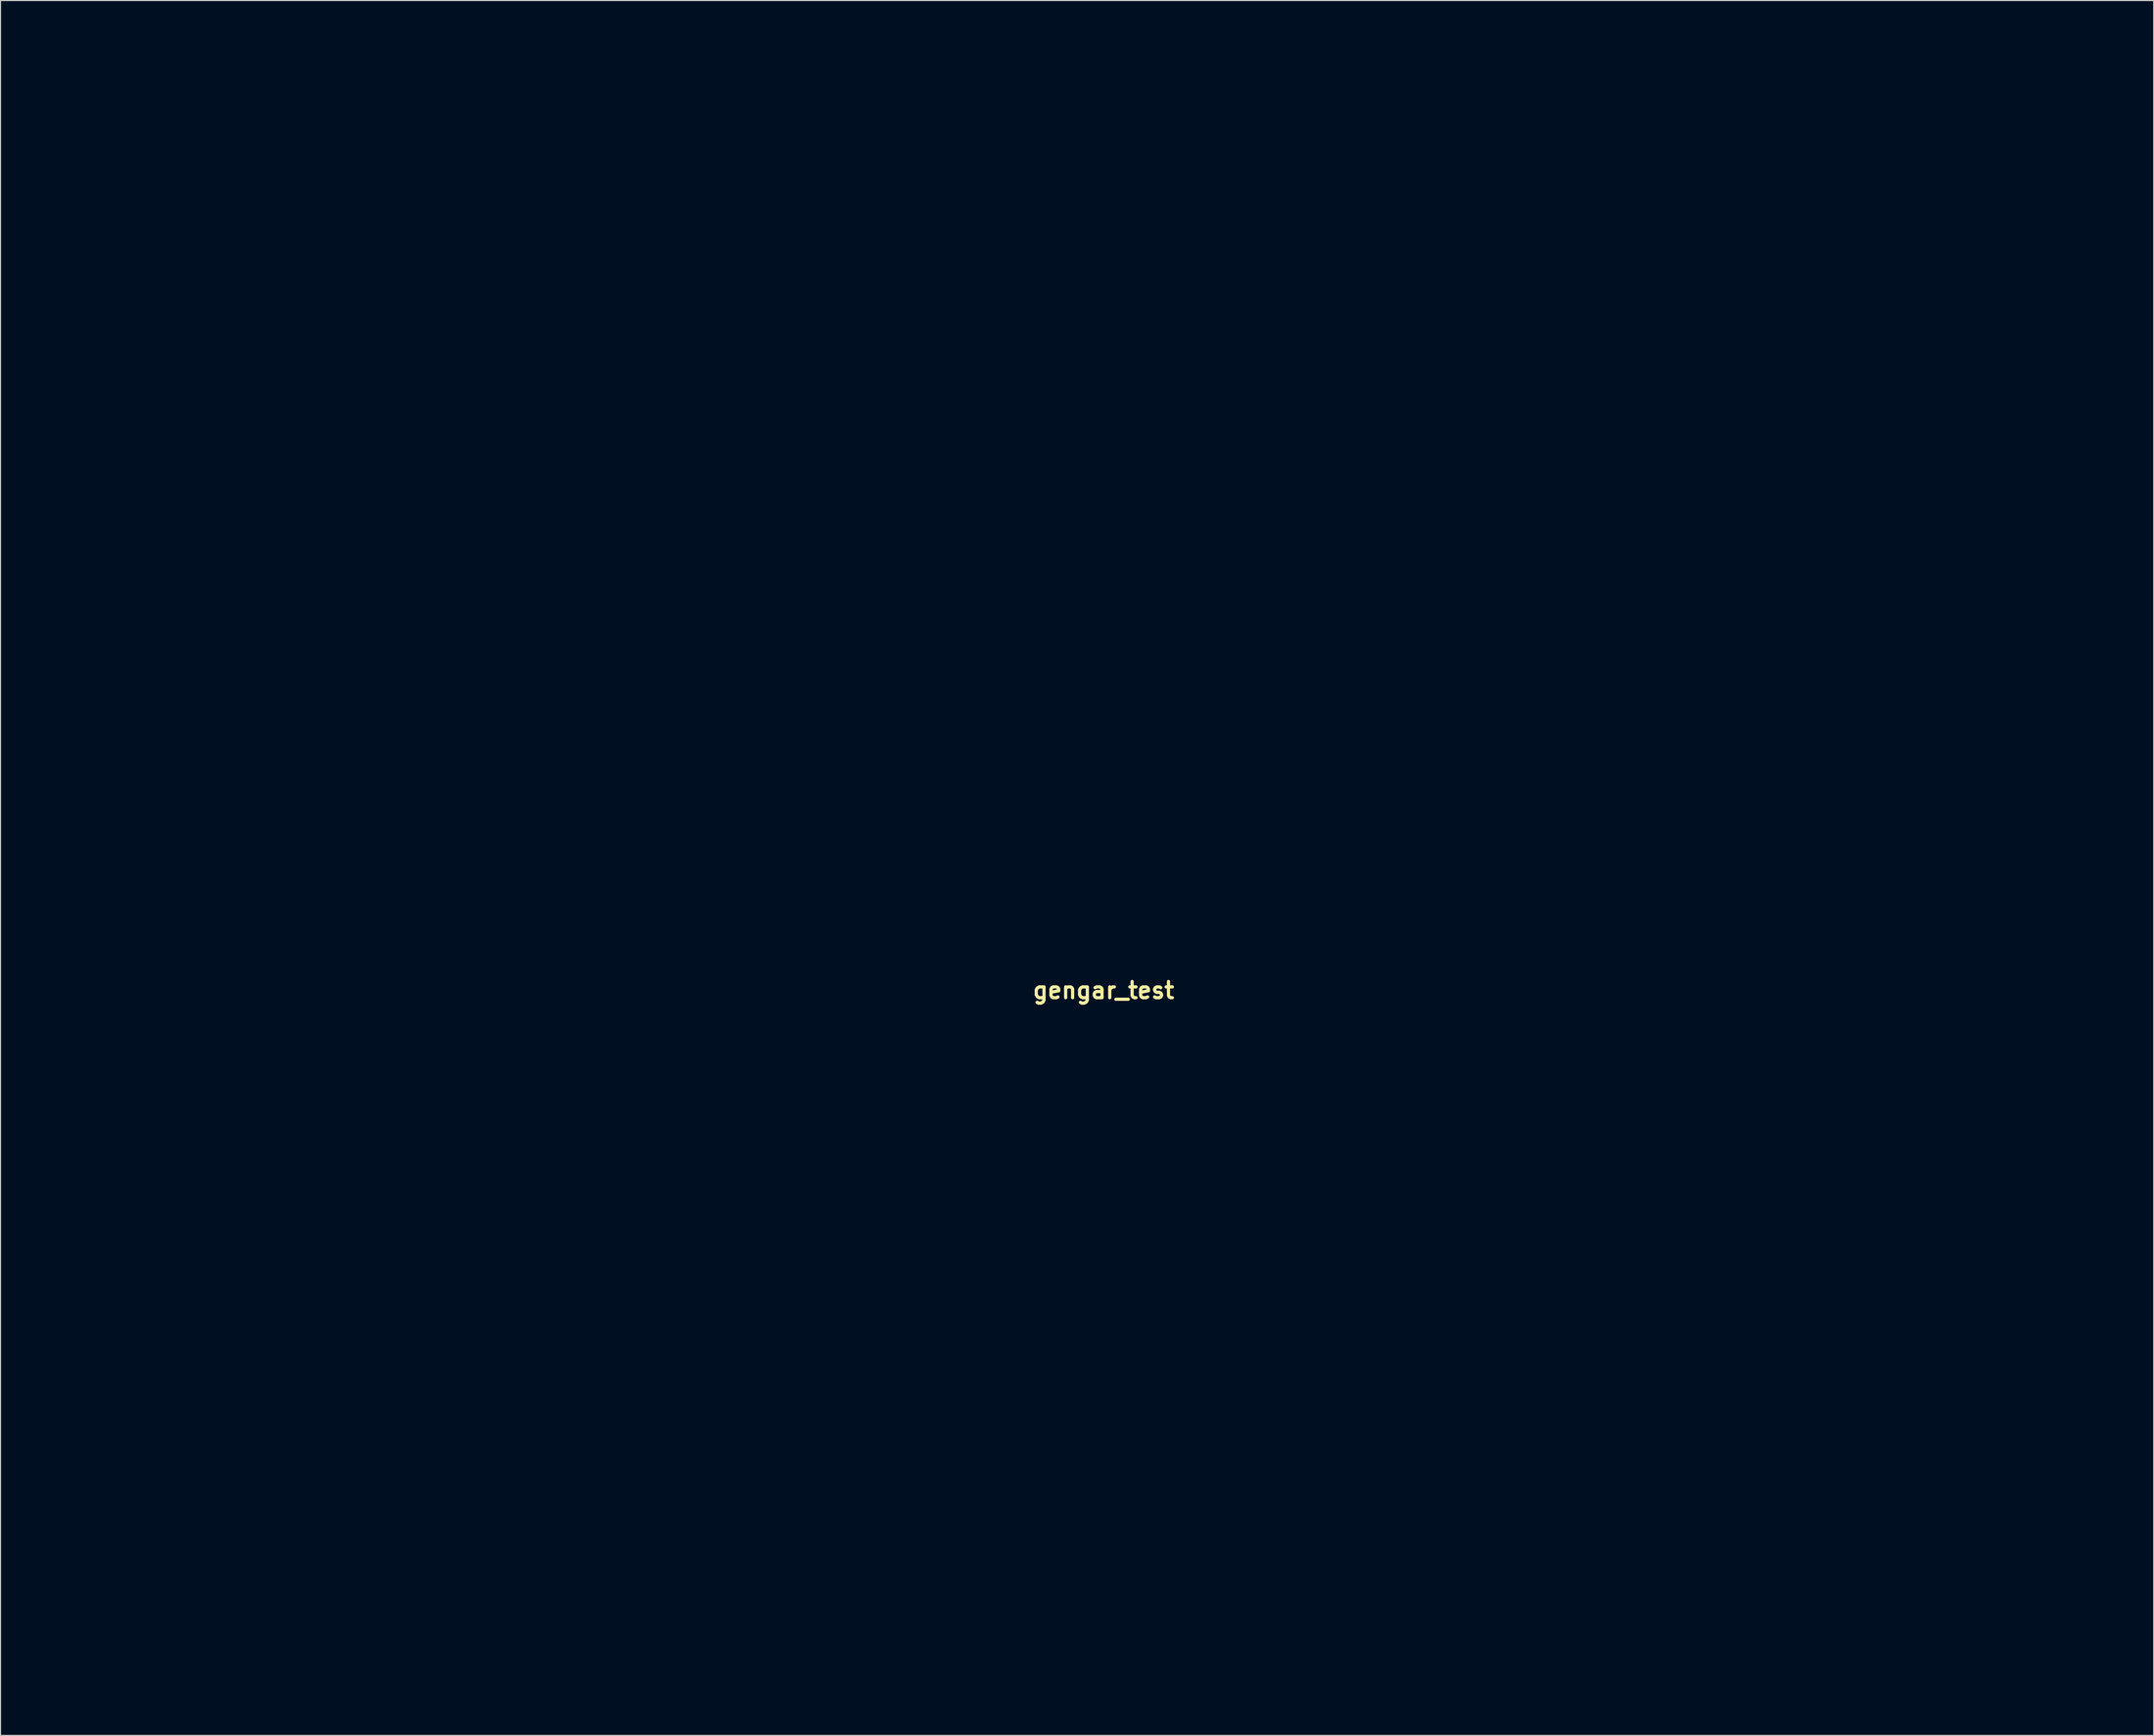
<source format=kicad_pcb>
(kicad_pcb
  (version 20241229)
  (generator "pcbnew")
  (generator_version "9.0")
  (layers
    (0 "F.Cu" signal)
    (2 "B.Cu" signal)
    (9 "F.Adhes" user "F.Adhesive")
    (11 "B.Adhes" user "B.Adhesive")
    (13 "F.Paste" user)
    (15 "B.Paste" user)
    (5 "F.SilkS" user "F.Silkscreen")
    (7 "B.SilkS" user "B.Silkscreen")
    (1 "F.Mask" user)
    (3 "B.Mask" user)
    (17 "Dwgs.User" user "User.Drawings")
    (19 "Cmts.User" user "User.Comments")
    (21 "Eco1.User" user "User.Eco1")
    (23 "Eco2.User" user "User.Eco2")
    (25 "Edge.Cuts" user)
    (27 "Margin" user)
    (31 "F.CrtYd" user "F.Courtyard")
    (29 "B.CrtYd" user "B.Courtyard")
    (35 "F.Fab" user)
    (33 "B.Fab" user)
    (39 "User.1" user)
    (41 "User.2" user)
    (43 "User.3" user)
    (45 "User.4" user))
  (footprint "gengar_test"
    (layer "F.Cu")
    (at 100.547 89.963)
    (property "Reference" "gengar_test" (at 0 0 0) (layer "F.SilkS") (effects (font (size 1.524 1.524) (thickness 0.3))))
    (attr through_hole)
    (fp_poly (pts (xy -31.17 -89.801) (xy -29.83 -89.37) (xy -28.945 -88.727) (xy -28.689 -88.246) (xy -28.654 -87.571) (xy -29.021 -86.95) (xy -29.667 -86.352) (xy -30.77 -85.554) (xy -31.953 -84.873) (xy -32.159 -84.777) (xy -33.16 -84.203) (xy -33.737 -83.466) (xy -33.95 -82.411) (xy -33.855 -80.884) (xy -33.793 -80.431) (xy -33.653 -78.906) (xy -33.599 -77.065) (xy -33.643 -75.294) (xy -33.648 -75.212) (xy -33.699 -73.448) (xy -33.611 -72.103) (xy -33.442 -71.421) (xy -33.238 -70.644) (xy -33.55 -70.008) (xy -33.634 -69.912) (xy -34.045 -69.299) (xy -34.17 -68.578) (xy -33.991 -67.611) (xy -33.49 -66.258) (xy -32.994 -65.132) (xy -32.189 -63.565) (xy -31.464 -62.676) (xy -30.742 -62.451) (xy -29.947 -62.881) (xy -29.002 -63.952) (xy -28.622 -64.475) (xy -27.812 -65.37) (xy -26.808 -66.138) (xy -25.859 -66.607) (xy -25.479 -66.675) (xy -25.307 -66.374) (xy -25.321 -65.646) (xy -25.325 -65.617) (xy -25.282 -64.793) (xy -24.907 -64.558) (xy -24.313 -64.952) (xy -24.127 -65.176) (xy -23.757 -65.537) (xy -23.652 -65.361) (xy -23.796 -64.757) (xy -24.176 -63.836) (xy -24.342 -63.5) (xy -24.788 -62.577) (xy -24.976 -61.996) (xy -24.848 -61.768) (xy -24.347 -61.901) (xy -23.416 -62.406) (xy -21.997 -63.291) (xy -20.742 -64.104) (xy -18.086 -65.727) (xy -15.845 -66.853) (xy -13.958 -67.51) (xy -12.419 -67.722) (xy -11.139 -68.053) (xy -10.303 -68.703) (xy -9.304 -69.439) (xy -8.037 -69.757) (xy -7.761 -69.781) (xy -5.394 -69.883) (xy -3.701 -69.827) (xy -3.351 -69.783) (xy -2.994 -69.787) (xy -2.772 -70.026) (xy -2.645 -70.638) (xy -2.569 -71.762) (xy -2.543 -72.408) (xy -2.52 -73.905) (xy -2.611 -74.774) (xy -2.845 -75.087) (xy -3.253 -74.915) (xy -3.5 -74.701) (xy -3.765 -74.552) (xy -3.861 -74.854) (xy -3.812 -75.717) (xy -3.782 -76.012) (xy -3.39 -77.543) (xy -2.536 -78.741) (xy -1.16 -79.647) (xy 0.795 -80.303) (xy 2.707 -80.662) (xy 4.686 -80.759) (xy 6.418 -80.492) (xy 7.832 -79.926) (xy 8.858 -79.124) (xy 9.423 -78.152) (xy 9.457 -77.072) (xy 8.888 -75.95) (xy 8.449 -75.478) (xy 7.596 -74.781) (xy 6.829 -74.311) (xy 6.685 -74.254) (xy 6.121 -73.806) (xy 5.997 -73.407) (xy 5.835 -72.757) (xy 5.417 -71.764) (xy 5.053 -71.049) (xy 4.423 -69.649) (xy 4.188 -68.329) (xy 4.19 -67.502) (xy 4.018 -65.402) (xy 3.279 -63.649) (xy 1.946 -62.206) (xy -0.013 -61.036) (xy -1.49 -60.453) (xy -3.704 -59.698) (xy -3.637 -58.248) (xy -3.648 -57.31) (xy -3.844 -56.887) (xy -4.238 -56.797) (xy -5.436 -57.041) (xy -6.404 -57.671) (xy -6.909 -58.533) (xy -6.909 -58.533) (xy -7.291 -59.77) (xy -7.907 -60.549) (xy -8.552 -60.945) (xy -9.604 -61.214) (xy -10.405 -60.938) (xy -10.716 -60.488) (xy -10.7 -59.896) (xy -10.463 -58.863) (xy -10.075 -57.593) (xy -9.605 -56.289) (xy -9.121 -55.154) (xy -8.692 -54.391) (xy -8.618 -54.3) (xy -7.605 -53.615) (xy -6.212 -53.425) (xy -4.693 -53.638) (xy -2.812 -54.328) (xy -1.287 -55.422) (xy -0.275 -56.802) (xy -0.202 -56.966) (xy 0.523 -58.1) (xy 1.467 -58.72) (xy 2.483 -58.733) (xy 3.048 -58.303) (xy 3.088 -57.512) (xy 2.598 -56.321) (xy 2.117 -55.506) (xy 1.41 -54.145) (xy 1.094 -52.97) (xy 1.186 -52.112) (xy 1.576 -51.735) (xy 2.589 -51.675) (xy 3.903 -52.053) (xy 5.319 -52.754) (xy 18.375 -52.754) (xy 18.571 -52.521) (xy 19.228 -52.801) (xy 20.337 -53.596) (xy 21.316 -54.407) (xy 22.357 -55.318) (xy 23.193 -56.081) (xy 23.674 -56.557) (xy 23.719 -56.612) (xy 23.956 -57.245) (xy 23.93 -57.884) (xy 23.661 -58.206) (xy 23.629 -58.208) (xy 22.899 -57.957) (xy 21.91 -57.303) (xy 20.843 -56.394) (xy 19.879 -55.378) (xy 19.407 -54.752) (xy 18.651 -53.498) (xy 18.375 -52.754) (xy 5.319 -52.754) (xy 5.356 -52.772) (xy 6.789 -53.736) (xy 8.039 -54.849) (xy 8.946 -56.014) (xy 9.057 -56.215) (xy 10.063 -57.655) (xy 11.402 -58.561) (xy 12.491 -58.924) (xy 14.318 -59.481) (xy 15.559 -60.12) (xy 16.334 -60.915) (xy 16.587 -61.399) (xy 16.822 -62.623) (xy 16.513 -63.621) (xy 15.741 -64.246) (xy 14.994 -64.382) (xy 14.251 -64.273) (xy 13.879 -63.804) (xy 13.73 -63.238) (xy 13.251 -61.884) (xy 12.489 -61.166) (xy 11.818 -61.031) (xy 10.908 -61.271) (xy 10.439 -61.911) (xy 10.378 -62.831) (xy 10.689 -63.91) (xy 11.338 -65.029) (xy 12.29 -66.068) (xy 13.51 -66.905) (xy 13.519 -66.91) (xy 14.113 -67.152) (xy 14.851 -67.292) (xy 15.882 -67.339) (xy 17.355 -67.302) (xy 18.843 -67.224) (xy 20.515 -67.113) (xy 21.931 -66.992) (xy 22.94 -66.877) (xy 23.394 -66.783) (xy 23.307 -66.466) (xy 22.807 -65.783) (xy 21.989 -64.858) (xy 21.574 -64.427) (xy 20.188 -62.893) (xy 19.269 -61.59) (xy 18.85 -60.578) (xy 18.966 -59.917) (xy 18.996 -59.885) (xy 19.552 -59.784) (xy 20.399 -60.132) (xy 21.38 -60.835) (xy 22.339 -61.797) (xy 22.496 -61.99) (xy 23.396 -63.216) (xy 24.33 -64.63) (xy 25.213 -66.087) (xy 25.965 -67.445) (xy 26.503 -68.558) (xy 26.744 -69.283) (xy 26.745 -69.408) (xy 26.491 -69.764) (xy 25.807 -70.115) (xy 24.596 -70.501) (xy 23.297 -70.835) (xy 21.812 -71.223) (xy 20.564 -71.597) (xy 19.73 -71.904) (xy 19.509 -72.025) (xy 19.174 -72.633) (xy 19.05 -73.446) (xy 19.05 -74.487) (xy 20.955 -74.249) (xy 22.065 -74.137) (xy 22.674 -74.189) (xy 22.974 -74.451) (xy 23.098 -74.761) (xy 23.194 -75.932) (xy 22.893 -77.159) (xy 22.293 -78.069) (xy 21.584 -78.501) (xy 20.541 -78.933) (xy 20.197 -79.043) (xy 19.924 -79.16) (xy 26.178 -79.16) (xy 26.253 -78.396) (xy 26.837 -77.482) (xy 27.663 -76.74) (xy 28.544 -76.637) (xy 29.587 -77.172) (xy 29.959 -77.466) (xy 30.792 -78.324) (xy 30.972 -79.006) (xy 30.5 -79.597) (xy 30.004 -79.895) (xy 28.608 -80.369) (xy 27.394 -80.309) (xy 26.66 -79.879) (xy 26.178 -79.16) (xy 19.924 -79.16) (xy 19.14 -79.497) (xy 18.727 -80.089) (xy 18.946 -80.895) (xy 19.729 -81.927) (xy 20.346 -82.559) (xy 20.919 -82.897) (xy 21.693 -83.024) (xy 22.914 -83.021) (xy 22.992 -83.019) (xy 24.394 -82.862) (xy 26.253 -82.486) (xy 28.383 -81.948) (xy 30.599 -81.301) (xy 32.714 -80.6) (xy 34.544 -79.902) (xy 35.901 -79.26) (xy 36.101 -79.142) (xy 37.347 -78.255) (xy 38.362 -77.319) (xy 39.005 -76.479) (xy 39.158 -76.012) (xy 39.03 -75.423) (xy 38.713 -74.521) (xy 38.634 -74.325) (xy 38.317 -73.124) (xy 38.317 -72.029) (xy 38.252 -71.129) (xy 37.689 -70.109) (xy 36.593 -68.931) (xy 34.926 -67.555) (xy 32.65 -65.941) (xy 32.498 -65.839) (xy 30.627 -64.518) (xy 29.244 -63.369) (xy 28.202 -62.261) (xy 27.68 -61.564) (xy 27.037 -60.552) (xy 26.64 -59.769) (xy 26.574 -59.386) (xy 27.103 -59.291) (xy 28.103 -59.447) (xy 29.406 -59.806) (xy 30.844 -60.32) (xy 32.25 -60.939) (xy 32.72 -61.18) (xy 33.796 -61.727) (xy 34.581 -62.067) (xy 34.921 -62.134) (xy 34.925 -62.122) (xy 34.652 -61.64) (xy 33.937 -60.913) (xy 32.936 -60.072) (xy 31.807 -59.246) (xy 30.707 -58.562) (xy 30.427 -58.415) (xy 29.26 -57.753) (xy 28.663 -57.234) (xy 28.667 -56.896) (xy 29.192 -56.782) (xy 29.202 -56.639) (xy 28.678 -56.274) (xy 27.726 -55.758) (xy 27.425 -55.609) (xy 25.38 -54.479) (xy 23.921 -53.321) (xy 22.932 -52.025) (xy 22.417 -50.863) (xy 22.096 -49.862) (xy 21.9 -49.145) (xy 21.872 -48.973) (xy 22.085 -48.719) (xy 22.754 -48.74) (xy 23.923 -49.049) (xy 25.634 -49.657) (xy 27.764 -50.504) (xy 30.822 -51.845) (xy 33.324 -53.158) (xy 35.409 -54.546) (xy 37.215 -56.115) (xy 38.879 -57.969) (xy 40.51 -60.172) (xy 41.351 -61.365) (xy 41.965 -62.103) (xy 42.524 -62.513) (xy 43.2 -62.723) (xy 44.109 -62.854) (xy 45.301 -63.063) (xy 46.139 -63.441) (xy 46.931 -64.158) (xy 47.341 -64.618) (xy 47.644 -64.997) (xy 56.257 -64.997) (xy 56.266 -64.915) (xy 56.824 -64.606) (xy 57.757 -64.581) (xy 58.808 -64.811) (xy 59.719 -65.267) (xy 59.767 -65.304) (xy 60.43 -65.994) (xy 60.629 -66.82) (xy 60.608 -67.333) (xy 60.444 -68.168) (xy 60.173 -68.599) (xy 60.111 -68.615) (xy 59.622 -68.391) (xy 58.867 -67.819) (xy 57.999 -67.045) (xy 57.173 -66.218) (xy 56.541 -65.486) (xy 56.257 -64.997) (xy 47.644 -64.997) (xy 48.098 -65.564) (xy 48.495 -66.356) (xy 48.648 -67.312) (xy 48.671 -68.263) (xy 48.537 -69.791) (xy 48.167 -71.136) (xy 47.627 -72.14) (xy 46.986 -72.643) (xy 46.789 -72.672) (xy 46.356 -72.428) (xy 45.605 -71.79) (xy 44.677 -70.903) (xy 43.71 -69.91) (xy 42.845 -68.955) (xy 42.222 -68.182) (xy 41.981 -67.735) (xy 41.981 -67.733) (xy 41.733 -67.2) (xy 41.106 -66.411) (xy 40.272 -65.546) (xy 39.404 -64.788) (xy 38.771 -64.364) (xy 37.715 -63.991) (xy 36.795 -63.869) (xy 36.269 -63.904) (xy 36.222 -64.038) (xy 36.712 -64.351) (xy 37.394 -64.713) (xy 38.968 -65.666) (xy 39.861 -66.532) (xy 40.087 -67.333) (xy 39.924 -67.767) (xy 39.675 -68.482) (xy 39.732 -68.894) (xy 40.573 -70.176) (xy 41.811 -71.819) (xy 43.338 -73.693) (xy 45.045 -75.667) (xy 46.823 -77.61) (xy 47.141 -77.941) (xy 56.797 -77.941) (xy 57.099 -77.036) (xy 57.877 -76.437) (xy 58.941 -76.216) (xy 60.1 -76.447) (xy 60.348 -76.565) (xy 60.898 -77.211) (xy 61.056 -78.163) (xy 60.831 -79.149) (xy 60.247 -79.884) (xy 59.519 -80.297) (xy 59.06 -80.433) (xy 58.469 -80.164) (xy 57.752 -79.516) (xy 57.126 -78.727) (xy 56.806 -78.035) (xy 56.797 -77.941) (xy 47.141 -77.941) (xy 47.748 -78.573) (xy 49.348 -80.179) (xy 50.584 -81.343) (xy 51.562 -82.151) (xy 52.388 -82.689) (xy 53.169 -83.043) (xy 53.354 -83.107) (xy 55.513 -83.481) (xy 57.595 -83.18) (xy 59.523 -82.237) (xy 61.216 -80.684) (xy 61.981 -79.642) (xy 62.812 -78.463) (xy 63.821 -77.184) (xy 64.29 -76.638) (xy 65.166 -75.544) (xy 65.834 -74.488) (xy 66.207 -73.633) (xy 66.198 -73.137) (xy 66.19 -73.128) (xy 65.814 -73.172) (xy 65.333 -73.417) (xy 64.701 -73.662) (xy 64.044 -73.46) (xy 63.711 -73.257) (xy 63.162 -72.814) (xy 62.888 -72.289) (xy 62.887 -71.539) (xy 63.159 -70.42) (xy 63.676 -68.86) (xy 64.105 -67.56) (xy 64.418 -66.469) (xy 64.556 -65.8) (xy 64.558 -65.756) (xy 64.668 -65.426) (xy 65.105 -65.286) (xy 66.026 -65.301) (xy 66.468 -65.335) (xy 67.567 -65.407) (xy 68.152 -65.337) (xy 68.41 -65.045) (xy 68.527 -64.471) (xy 68.523 -63.43) (xy 68.146 -62.434) (xy 67.331 -61.398) (xy 66.009 -60.239) (xy 64.115 -58.872) (xy 64.046 -58.826) (xy 62.306 -57.689) (xy 61.004 -56.949) (xy 60.037 -56.552) (xy 59.356 -56.444) (xy 58.075 -56.124) (xy 57.03 -55.251) (xy 56.29 -53.96) (xy 55.922 -52.383) (xy 55.996 -50.653) (xy 56.114 -50.124) (xy 56.426 -49.101) (xy 56.716 -48.37) (xy 56.817 -48.204) (xy 57.372 -48.058) (xy 58.254 -48.307) (xy 59.293 -48.841) (xy 60.32 -49.553) (xy 61.169 -50.333) (xy 61.669 -51.072) (xy 61.736 -51.384) (xy 62.024 -52.055) (xy 62.758 -52.862) (xy 63.75 -53.637) (xy 64.807 -54.215) (xy 65.137 -54.334) (xy 65.939 -54.487) (xy 67.297 -54.647) (xy 69.064 -54.802) (xy 71.09 -54.938) (xy 72.672 -55.019) (xy 74.763 -55.131) (xy 76.673 -55.271) (xy 78.263 -55.427) (xy 79.394 -55.585) (xy 79.865 -55.7) (xy 80.75 -55.961) (xy 81.062 -55.811) (xy 80.79 -55.268) (xy 80.442 -54.866) (xy 79.014 -53.86) (xy 77.073 -53.331) (xy 74.966 -53.261) (xy 72.896 -53.349) (xy 71.35 -53.36) (xy 70.15 -53.266) (xy 69.117 -53.035) (xy 68.071 -52.639) (xy 66.833 -52.047) (xy 66.446 -51.852) (xy 64.53 -50.771) (xy 63.125 -49.741) (xy 62.509 -49.1) (xy 61.718 -48.338) (xy 60.542 -47.509) (xy 59.202 -46.739) (xy 57.917 -46.151) (xy 56.909 -45.87) (xy 56.764 -45.861) (xy 56.125 -45.616) (xy 55.53 -45.119) (xy 54.898 -44.576) (xy 53.865 -43.839) (xy 52.644 -43.062) (xy 52.54 -43) (xy 50.819 -41.888) (xy 49.531 -40.87) (xy 48.735 -40.003) (xy 48.488 -39.345) (xy 48.603 -39.098) (xy 49.137 -38.811) (xy 50.142 -38.455) (xy 51.372 -38.114) (xy 53.732 -37.539) (xy 51.596 -35.681) (xy 50.202 -34.349) (xy 48.918 -32.908) (xy 47.836 -31.484) (xy 47.051 -30.206) (xy 46.654 -29.202) (xy 46.631 -28.837) (xy 47.003 -28.191) (xy 47.798 -27.976) (xy 48.906 -28.163) (xy 50.214 -28.722) (xy 51.612 -29.623) (xy 52.565 -30.424) (xy 54.101 -31.802) (xy 55.779 -33.227) (xy 57.401 -34.534) (xy 58.765 -35.559) (xy 59.051 -35.758) (xy 60.305 -36.42) (xy 61.669 -36.674) (xy 62.23 -36.689) (xy 63.294 -36.762) (xy 64.835 -36.961) (xy 66.642 -37.255) (xy 68.413 -37.594) (xy 70.488 -38.054) (xy 72.025 -38.478) (xy 73.186 -38.922) (xy 74.134 -39.44) (xy 74.406 -39.622) (xy 75.958 -40.637) (xy 77.262 -41.286) (xy 78.508 -41.596) (xy 79.886 -41.594) (xy 81.586 -41.306) (xy 83.322 -40.884) (xy 86.14 -40.349) (xy 88.592 -40.328) (xy 90.803 -40.827) (xy 92.073 -41.383) (xy 93.31 -42.003) (xy 93.959 -42.263) (xy 94.043 -42.154) (xy 93.585 -41.67) (xy 92.953 -41.104) (xy 91.902 -40.347) (xy 90.498 -39.545) (xy 88.944 -38.794) (xy 87.445 -38.187) (xy 86.205 -37.818) (xy 85.661 -37.75) (xy 84.808 -37.944) (xy 83.846 -38.413) (xy 83.785 -38.453) (xy 82.746 -38.94) (xy 81.698 -39.148) (xy 81.668 -39.148) (xy 80.641 -39.055) (xy 79.226 -38.815) (xy 77.628 -38.477) (xy 76.055 -38.088) (xy 74.711 -37.697) (xy 73.803 -37.353) (xy 73.659 -37.274) (xy 72.673 -36.774) (xy 71.967 -36.521) (xy 70.436 -36.052) (xy 69.271 -35.599) (xy 68.574 -35.209) (xy 68.444 -34.929) (xy 68.483 -34.898) (xy 68.487 -34.678) (xy 67.861 -34.469) (xy 67.533 -34.41) (xy 64.641 -33.907) (xy 62.387 -33.408) (xy 60.789 -32.92) (xy 59.864 -32.446) (xy 59.619 -32.066) (xy 59.906 -31.766) (xy 60.625 -31.325) (xy 60.942 -31.162) (xy 61.798 -30.627) (xy 62.316 -30.083) (xy 62.371 -29.943) (xy 62.168 -29.458) (xy 61.51 -28.593) (xy 60.471 -27.438) (xy 59.396 -26.345) (xy 56.316 -23.32) (xy 56.252 -20.744) (xy 56.266 -19.42) (xy 56.363 -18.349) (xy 56.521 -17.749) (xy 56.536 -17.727) (xy 57.152 -17.442) (xy 58.283 -17.346) (xy 59.775 -17.411) (xy 61.47 -17.613) (xy 63.214 -17.923) (xy 64.851 -18.316) (xy 66.223 -18.766) (xy 67.176 -19.246) (xy 67.506 -19.579) (xy 67.921 -20.279) (xy 68.554 -21.273) (xy 68.93 -21.84) (xy 69.143 -22.174) (xy 72.846 -22.174) (xy 73.093 -21.801) (xy 73.85 -21.609) (xy 75.028 -21.653) (xy 76.396 -21.897) (xy 77.722 -22.31) (xy 78.281 -22.559) (xy 79.408 -23.291) (xy 80.115 -24.07) (xy 80.315 -24.776) (xy 80.137 -25.132) (xy 79.633 -25.253) (xy 78.643 -25.245) (xy 77.371 -25.133) (xy 76.02 -24.942) (xy 74.794 -24.696) (xy 73.895 -24.42) (xy 73.745 -24.349) (xy 73.171 -23.771) (xy 72.847 -22.95) (xy 72.846 -22.174) (xy 69.143 -22.174) (xy 69.524 -22.767) (xy 69.759 -23.361) (xy 69.678 -23.866) (xy 69.4 -24.398) (xy 69.078 -25.073) (xy 69.051 -25.398) (xy 69.073 -25.403) (xy 70.653 -25.506) (xy 72.476 -25.752) (xy 74.313 -26.098) (xy 75.933 -26.5) (xy 77.107 -26.913) (xy 77.209 -26.963) (xy 78.535 -27.806) (xy 79.847 -28.929) (xy 80.983 -30.161) (xy 81.778 -31.33) (xy 82.038 -31.994) (xy 82.308 -33.074) (xy 82.602 -33.631) (xy 83.072 -33.838) (xy 83.685 -33.865) (xy 84.706 -33.725) (xy 86.115 -33.344) (xy 87.777 -32.779) (xy 89.555 -32.09) (xy 91.316 -31.333) (xy 92.922 -30.566) (xy 94.239 -29.848) (xy 95.131 -29.236) (xy 95.451 -28.849) (xy 95.578 -27.653) (xy 95.3 -26.492) (xy 94.7 -25.623) (xy 94.29 -25.37) (xy 93.575 -25.194) (xy 93.106 -25.451) (xy 92.698 -26.106) (xy 92.235 -26.486) (xy 91.345 -26.941) (xy 90.283 -27.368) (xy 89.307 -27.666) (xy 88.672 -27.731) (xy 88.648 -27.725) (xy 88.128 -27.37) (xy 87.296 -26.603) (xy 86.281 -25.561) (xy 85.21 -24.383) (xy 84.211 -23.207) (xy 83.414 -22.172) (xy 83.159 -21.796) (xy 82.731 -21.063) (xy 82.585 -20.53) (xy 82.802 -20.146) (xy 83.461 -19.857) (xy 84.642 -19.608) (xy 86.427 -19.346) (xy 86.92 -19.28) (xy 88.663 -19.055) (xy 90.204 -18.871) (xy 91.38 -18.745) (xy 92.026 -18.697) (xy 92.035 -18.697) (xy 92.673 -18.577) (xy 92.726 -18.302) (xy 92.258 -18.005) (xy 91.634 -17.85) (xy 90.777 -17.752) (xy 89.442 -17.638) (xy 87.855 -17.524) (xy 87.053 -17.474) (xy 85.452 -17.348) (xy 84.019 -17.179) (xy 82.968 -16.995) (xy 82.647 -16.903) (xy 81.676 -16.534) (xy 82.554 -15.862) (xy 83.376 -15.337) (xy 84.687 -14.618) (xy 86.326 -13.788) (xy 88.134 -12.928) (xy 89.865 -12.154) (xy 90.757 -11.744) (xy 91.097 -11.448) (xy 90.987 -11.114) (xy 90.751 -10.838) (xy 90.032 -10.178) (xy 89.537 -9.841) (xy 89.037 -9.69) (xy 88.007 -9.458) (xy 86.583 -9.168) (xy 84.9 -8.845) (xy 83.094 -8.514) (xy 81.301 -8.198) (xy 79.657 -7.922) (xy 78.296 -7.711) (xy 77.356 -7.589) (xy 76.971 -7.58) (xy 76.971 -7.581) (xy 77.179 -7.799) (xy 77.834 -8.229) (xy 78.279 -8.488) (xy 79.077 -9.021) (xy 79.489 -9.467) (xy 79.499 -9.61) (xy 79.064 -9.755) (xy 78.168 -9.775) (xy 77.485 -9.719) (xy 76.457 -9.606) (xy 76.058 -9.606) (xy 76.217 -9.746) (xy 76.729 -9.99) (xy 77.974 -10.767) (xy 78.544 -11.665) (xy 78.527 -12.514) (xy 78.37 -12.958) (xy 78.083 -13.277) (xy 77.553 -13.5) (xy 76.665 -13.657) (xy 75.308 -13.778) (xy 73.367 -13.891) (xy 73.201 -13.9) (xy 69.674 -14.085) (xy 68.773 -13.005) (xy 67.872 -11.926) (xy 65.975 -12.489) (xy 63.82 -12.954) (xy 62.088 -12.902) (xy 60.691 -12.301) (xy 59.537 -11.117) (xy 58.786 -9.843) (xy 58.067 -7.837) (xy 57.881 -5.883) (xy 58.208 -4.111) (xy 59.028 -2.646) (xy 60.039 -1.773) (xy 61.513 -1.225) (xy 63.439 -1.039) (xy 65.662 -1.214) (xy 68.03 -1.745) (xy 68.649 -1.94) (xy 70.287 -2.463) (xy 71.419 -2.73) (xy 72.193 -2.746) (xy 72.759 -2.516) (xy 73.235 -2.079) (xy 74.801 -0.869) (xy 76.837 -0.177) (xy 78.844 0) (xy 80.547 0.1) (xy 81.94 0.453) (xy 82.903 0.882) (xy 84.537 1.489) (xy 86.242 1.757) (xy 87.774 1.666) (xy 88.601 1.383) (xy 89.297 1.08) (xy 89.502 1.137) (xy 89.268 1.464) (xy 88.646 1.97) (xy 88.038 2.365) (xy 86.832 3.249) (xy 86.245 4.114) (xy 86.19 4.314) (xy 85.902 5.01) (xy 85.261 5.377) (xy 84.712 5.5) (xy 83.592 5.802) (xy 82.632 6.227) (xy 82.597 6.249) (xy 82.043 6.73) (xy 81.879 7.386) (xy 81.937 8.087) (xy 82.113 9.4) (xy 78.187 10.321) (xy 76.437 10.715) (xy 74.777 11.059) (xy 73.423 11.31) (xy 72.731 11.412) (xy 71.748 11.563) (xy 71.093 11.738) (xy 70.986 11.799) (xy 71.001 12.215) (xy 71.321 12.948) (xy 71.388 13.064) (xy 71.777 13.768) (xy 71.765 14.054) (xy 71.309 14.111) (xy 71.157 14.111) (xy 70.031 14.261) (xy 68.779 14.637) (xy 67.741 15.126) (xy 67.429 15.356) (xy 67.112 16.08) (xy 67.302 17.032) (xy 67.919 18.048) (xy 68.885 18.962) (xy 69.291 19.228) (xy 70.579 19.878) (xy 71.561 20.08) (xy 72.45 19.865) (xy 72.685 19.749) (xy 73.129 19.392) (xy 73.105 18.875) (xy 72.94 18.475) (xy 72.71 17.751) (xy 72.935 17.282) (xy 73.195 17.071) (xy 73.921 16.649) (xy 74.489 16.73) (xy 75.133 17.278) (xy 75.494 17.723) (xy 75.618 18.198) (xy 75.463 18.806) (xy 74.982 19.648) (xy 74.133 20.825) (xy 72.887 22.417) (xy 71.78 23.823) (xy 71.115 24.787) (xy 70.907 25.429) (xy 71.169 25.867) (xy 71.916 26.219) (xy 73.16 26.603) (xy 73.378 26.668) (xy 75.682 27.079) (xy 77.859 27.08) (xy 79.162 27.011) (xy 79.889 27.027) (xy 80.167 27.157) (xy 80.125 27.426) (xy 80.064 27.548) (xy 79.777 28.207) (xy 79.945 28.5) (xy 80.684 28.571) (xy 80.874 28.571) (xy 82.552 28.375) (xy 84.619 27.836) (xy 86.884 27.009) (xy 88.064 26.489) (xy 89.214 25.959) (xy 90.087 25.571) (xy 90.514 25.402) (xy 90.527 25.4) (xy 90.718 25.658) (xy 90.555 26.341) (xy 90.112 27.309) (xy 89.459 28.424) (xy 88.669 29.547) (xy 87.895 30.456) (xy 87.226 31.152) (xy 86.629 31.706) (xy 86.019 32.137) (xy 85.307 32.459) (xy 84.408 32.689) (xy 83.234 32.845) (xy 81.699 32.941) (xy 79.715 32.996) (xy 77.196 33.024) (xy 74.204 33.042) (xy 71.205 33.062) (xy 68.823 33.088) (xy 66.97 33.127) (xy 65.56 33.183) (xy 64.503 33.262) (xy 63.711 33.371) (xy 63.098 33.514) (xy 62.574 33.698) (xy 62.323 33.805) (xy 61.1 34.562) (xy 59.967 35.632) (xy 59.082 36.825) (xy 58.603 37.951) (xy 58.561 38.317) (xy 58.646 38.866) (xy 58.959 39.268) (xy 59.587 39.543) (xy 60.617 39.708) (xy 62.136 39.782) (xy 64.23 39.783) (xy 65.457 39.763) (xy 67.544 39.718) (xy 69.041 39.666) (xy 70.065 39.588) (xy 70.731 39.467) (xy 71.155 39.283) (xy 71.452 39.02) (xy 71.639 38.789) (xy 72.11 38.11) (xy 72.312 37.689) (xy 72.312 37.688) (xy 72.622 37.282) (xy 73.377 36.795) (xy 74.341 36.343) (xy 75.281 36.043) (xy 75.746 35.983) (xy 76.793 36.245) (xy 77.608 36.902) (xy 77.962 37.766) (xy 77.964 37.827) (xy 77.68 38.447) (xy 76.943 39.251) (xy 75.919 40.093) (xy 74.778 40.827) (xy 74.158 41.133) (xy 73.344 41.405) (xy 72.391 41.537) (xy 71.105 41.542) (xy 69.497 41.447) (xy 67.072 41.299) (xy 65.169 41.263) (xy 63.61 41.349) (xy 62.219 41.565) (xy 61.031 41.86) (xy 59.536 42.351) (xy 58.669 42.832) (xy 58.356 43.367) (xy 58.522 44.023) (xy 58.539 44.056) (xy 59.081 44.643) (xy 59.544 44.808) (xy 60.374 44.993) (xy 60.642 45.126) (xy 60.904 45.439) (xy 60.73 45.921) (xy 60.378 46.403) (xy 59.861 47.185) (xy 59.622 47.795) (xy 59.619 47.832) (xy 59.946 48.244) (xy 60.82 48.611) (xy 62.083 48.889) (xy 63.578 49.035) (xy 64.029 49.047) (xy 65.793 49.061) (xy 64.735 49.956) (xy 63.003 51.273) (xy 61.06 52.434) (xy 58.67 53.579) (xy 58.534 53.639) (xy 57.165 54.2) (xy 56.023 54.546) (xy 54.836 54.731) (xy 53.33 54.807) (xy 52.543 54.82) (xy 50.92 54.82) (xy 49.769 54.748) (xy 48.857 54.556) (xy 47.952 54.198) (xy 46.946 53.691) (xy 45.367 53.011) (xy 44.088 52.737) (xy 43.18 52.84) (xy 42.713 53.292) (xy 42.76 54.064) (xy 43.386 55.122) (xy 44.086 56.012) (xy 43.298 56.224) (xy 41.509 56.458) (xy 39.788 56.137) (xy 38.021 55.226) (xy 36.464 54.016) (xy 33.39 51.686) (xy 31.454 50.555) (xy 30.276 49.934) (xy 29.258 51.161) (xy 28.652 51.999) (xy 28.291 52.702) (xy 28.226 53.127) (xy 28.506 53.133) (xy 28.568 53.098) (xy 29.12 53.077) (xy 29.617 53.261) (xy 30.129 53.682) (xy 30.9 54.48) (xy 31.802 55.503) (xy 32.711 56.599) (xy 33.5 57.618) (xy 34.044 58.409) (xy 34.219 58.797) (xy 33.91 59.066) (xy 33.101 59.447) (xy 32.015 59.84) (xy 29.81 60.549) (xy 29.81 63.322) (xy 27.57 63.57) (xy 25.519 63.972) (xy 24.114 64.651) (xy 23.356 65.607) (xy 23.34 65.649) (xy 23.195 65.87) (xy 22.924 65.903) (xy 22.447 65.702) (xy 21.681 65.219) (xy 20.545 64.407) (xy 18.957 63.219) (xy 18.455 62.839) (xy 16.034 61.09) (xy 13.519 59.425) (xy 11.147 57.997) (xy 9.893 57.318) (xy 8.055 56.307) (xy 6.188 55.158) (xy 4.42 53.96) (xy 2.879 52.806) (xy 1.691 51.787) (xy 0.984 50.993) (xy 0.936 50.914) (xy 0.924 50.269) (xy 1.377 49.698) (xy 1.921 49.057) (xy 2.135 48.536) (xy 1.951 48.331) (xy 1.598 48.509) (xy 0.807 48.981) (xy -0.271 49.658) (xy -0.606 49.873) (xy -3.955 51.859) (xy -7.227 53.416) (xy -10.231 54.532) (xy -11.335 54.885) (xy -12.292 55.144) (xy -13.245 55.322) (xy -14.338 55.436) (xy -15.712 55.501) (xy -17.513 55.532) (xy -19.756 55.543) (xy -22.112 55.544) (xy -23.916 55.519) (xy -25.32 55.455) (xy -26.477 55.336) (xy -27.539 55.148) (xy -28.66 54.876) (xy -29.773 54.567) (xy -31.32 54.165) (xy -32.679 53.88) (xy -33.668 53.749) (xy -34.025 53.763) (xy -34.701 54.262) (xy -35.47 55.428) (xy -35.805 56.087) (xy -37.155 58.29) (xy -39.095 60.461) (xy -41.662 62.632) (xy -44.89 64.836) (xy -45.444 65.178) (xy -46.568 65.857) (xy -47.22 66.198) (xy -47.527 66.233) (xy -47.619 65.989) (xy -47.625 65.675) (xy -47.721 65.033) (xy -48.105 64.786) (xy -48.917 64.889) (xy -49.57 65.071) (xy -50.839 65.305) (xy -51.593 65.078) (xy -51.858 64.38) (xy -51.858 64.324) (xy -52.173 63.776) (xy -52.966 63.345) (xy -54.009 63.149) (xy -54.128 63.147) (xy -54.803 63.073) (xy -55.033 62.925) (xy -54.843 62.541) (xy -54.349 61.773) (xy -53.809 60.998) (xy -53.139 60.044) (xy -52.844 59.485) (xy -52.883 59.145) (xy -53.218 58.849) (xy -53.315 58.781) (xy -53.746 58.548) (xy -54.206 58.549) (xy -54.867 58.833) (xy -55.898 59.454) (xy -56.215 59.655) (xy -58.113 61.011) (xy -59.348 62.247) (xy -59.945 63.408) (xy -59.927 64.537) (xy -59.451 65.498) (xy -59.178 65.964) (xy -59.284 66.246) (xy -59.889 66.478) (xy -60.489 66.635) (xy -61.551 66.891) (xy -62.25 66.969) (xy -62.912 66.854) (xy -63.86 66.531) (xy -64.029 66.47) (xy -65.043 66.102) (xy -65.831 65.814) (xy -65.969 65.763) (xy -66.143 65.543) (xy -65.673 65.221) (xy -65.386 65.092) (xy -64.423 64.446) (xy -63.97 63.474) (xy -63.979 62.063) (xy -64.026 61.753) (xy -64.39 60.519) (xy -65.063 59.704) (xy -66.168 59.222) (xy -67.827 58.99) (xy -68.056 58.976) (xy -69.316 58.888) (xy -70.016 58.766) (xy -70.301 58.549) (xy -70.315 58.176) (xy -70.292 58.046) (xy -70.261 57.619) (xy -70.471 57.36) (xy -71.066 57.205) (xy -72.192 57.087) (xy -72.484 57.063) (xy -73.707 56.937) (xy -74.631 56.79) (xy -75.046 56.657) (xy -74.974 56.281) (xy -74.556 55.547) (xy -74.129 54.943) (xy -72.952 53.237) (xy -72.301 51.892) (xy -72.147 50.827) (xy -72.367 50.121) (xy -73.057 49.403) (xy -73.906 48.98) (xy -75.099 48.871) (xy -76.725 49.004) (xy -78.57 49.346) (xy -80.418 49.863) (xy -81.054 50.091) (xy -82.539 50.593) (xy -83.619 50.737) (xy -84.515 50.499) (xy -85.444 49.852) (xy -85.806 49.534) (xy -86.712 48.783) (xy -87.453 48.43) (xy -88.35 48.357) (xy -88.936 48.387) (xy -89.929 48.42) (xy -90.554 48.372) (xy -90.664 48.311) (xy -90.414 47.843) (xy -89.796 47.141) (xy -89.009 46.394) (xy -88.253 45.788) (xy -87.724 45.511) (xy -87.693 45.508) (xy -87.177 45.83) (xy -86.61 46.708) (xy -86.431 47.096) (xy -85.868 48.159) (xy -85.311 48.633) (xy -85.021 48.683) (xy -83.806 48.446) (xy -82.487 47.845) (xy -81.425 47.05) (xy -81.342 46.96) (xy -80.922 46.413) (xy -80.863 45.923) (xy -81.149 45.18) (xy -81.248 44.971) (xy -81.591 44.326) (xy -81.979 43.93) (xy -82.582 43.719) (xy -83.572 43.627) (xy -84.879 43.594) (xy -86.435 43.412) (xy -87.395 42.908) (xy -87.811 42.049) (xy -87.836 41.673) (xy -87.656 40.573) (xy -87.058 39.927) (xy -86.695 39.761) (xy -86.278 39.723) (xy -86.105 40.128) (xy -86.078 40.766) (xy -85.968 41.678) (xy -85.535 42.175) (xy -85.171 42.343) (xy -83.82 42.521) (xy -82.566 42.09) (xy -82.026 41.634) (xy -81.68 41.148) (xy -81.659 40.628) (xy -81.958 39.785) (xy -81.988 39.711) (xy -82.635 38.67) (xy -83.676 37.935) (xy -84.037 37.768) (xy -86.068 37.054) (xy -87.861 36.838) (xy -89.661 37.108) (xy -90.51 37.372) (xy -92.034 37.86) (xy -93.133 38.047) (xy -94.02 37.925) (xy -94.911 37.489) (xy -95.326 37.218) (xy -96.302 36.669) (xy -97.177 36.36) (xy -97.391 36.336) (xy -97.913 36.261) (xy -97.826 35.941) (xy -97.719 35.807) (xy -96.927 35.349) (xy -95.905 35.406) (xy -95.094 35.818) (xy -94.232 36.266) (xy -93.395 36.178) (xy -92.41 35.523) (xy -92.132 35.278) (xy -91.315 34.594) (xy -90.642 34.298) (xy -89.876 34.368) (xy -88.778 34.783) (xy -88.417 34.941) (xy -86.743 35.426) (xy -85.233 35.376) (xy -84.03 34.806) (xy -83.777 34.564) (xy -83.308 33.787) (xy -83.452 33.116) (xy -84.241 32.505) (xy -85.549 31.96) (xy -87.665 31.23) (xy -86.081 31.049) (xy -84.979 30.827) (xy -84.454 30.452) (xy -84.379 30.247) (xy -84.512 29.418) (xy -84.676 29.104) (xy -75.969 29.104) (xy -75.114 30.061) (xy -74.727 30.424) (xy -74.202 30.743) (xy -73.436 31.055) (xy -72.323 31.392) (xy -70.758 31.791) (xy -68.637 32.286) (xy -67.92 32.449) (xy -65.887 32.921) (xy -64.088 33.365) (xy -62.639 33.748) (xy -61.653 34.042) (xy -61.252 34.21) (xy -61.275 34.575) (xy -61.882 34.975) (xy -62.495 35.355) (xy -62.665 35.864) (xy -62.434 36.711) (xy -62.292 37.066) (xy -62.273 37.396) (xy -62.653 37.582) (xy -63.568 37.675) (xy -63.928 37.69) (xy -66.365 37.943) (xy -68.445 38.481) (xy -70.049 39.265) (xy -70.851 39.971) (xy -71.051 40.391) (xy -70.66 40.644) (xy -70.475 40.698) (xy -69.553 40.853) (xy -68.451 40.925) (xy -68.439 40.925) (xy -66.614 41.233) (xy -65.001 42.045) (xy -63.791 43.252) (xy -63.521 43.704) (xy -62.9 45.176) (xy -62.8 46.286) (xy -63.255 47.182) (xy -64.298 48.015) (xy -64.551 48.169) (xy -65.503 48.797) (xy -66.144 49.339) (xy -66.315 49.607) (xy -66.052 49.969) (xy -65.335 50.64) (xy -64.282 51.516) (xy -63.331 52.253) (xy -62.1 53.215) (xy -61.113 54.056) (xy -60.49 54.668) (xy -60.332 54.916) (xy -60.636 55.237) (xy -61.432 55.652) (xy -62.331 55.996) (xy -63.423 56.414) (xy -64.204 56.816) (xy -64.47 57.06) (xy -64.288 57.547) (xy -63.465 58.027) (xy -62.064 58.47) (xy -60.678 58.761) (xy -59.381 58.962) (xy -58.509 58.985) (xy -57.8 58.807) (xy -57.062 58.446) (xy -56.246 57.914) (xy -55.78 57.44) (xy -55.739 57.316) (xy -55.979 56.798) (xy -56.483 56.235) (xy -57.069 55.538) (xy -57.757 54.489) (xy -58.143 53.799) (xy -58.631 52.74) (xy -58.905 51.74) (xy -59.017 50.528) (xy -59.024 49.212) (xy -58.889 47.147) (xy -58.539 44.546) (xy -57.996 41.537) (xy -57.282 38.249) (xy -57.121 37.571) (xy -57.017 36.952) (xy -57.011 36.23) (xy -57.122 35.288) (xy -57.367 34.01) (xy -57.766 32.277) (xy -58.288 30.163) (xy -59.796 24.165) (xy -61.031 24.048) (xy -61.99 24.054) (xy -63.217 24.188) (xy -64.498 24.41) (xy -65.617 24.678) (xy -66.358 24.953) (xy -66.52 25.083) (xy -66.364 25.415) (xy -65.75 25.857) (xy -65.617 25.929) (xy -64.94 26.367) (xy -64.686 26.714) (xy -64.697 26.751) (xy -65.082 27.045) (xy -65.894 27.519) (xy -66.561 27.868) (xy -67.524 28.285) (xy -68.57 28.57) (xy -69.894 28.76) (xy -71.691 28.891) (xy -72.116 28.913) (xy -75.969 29.104) (xy -84.676 29.104) (xy -85.07 28.353) (xy -85.923 27.253) (xy -86.877 26.369) (xy -88.137 25.54) (xy -89.793 24.624) (xy -91.575 23.76) (xy -93.211 23.085) (xy -93.662 22.93) (xy -93.927 22.832) (xy -85.988 22.832) (xy -85.808 23.271) (xy -85.183 23.829) (xy -84.957 23.977) (xy -83.417 24.551) (xy -81.634 24.658) (xy -79.899 24.289) (xy -79.533 24.133) (xy -78.374 23.489) (xy -77.872 22.94) (xy -77.996 22.425) (xy -78.451 22.043) (xy -79.417 21.675) (xy -80.731 21.51) (xy -82.208 21.529) (xy -83.661 21.713) (xy -84.903 22.042) (xy -85.747 22.497) (xy -85.988 22.832) (xy -93.927 22.832) (xy -94.854 22.488) (xy -96.222 21.886) (xy -97.617 21.203) (xy -98.888 20.517) (xy -99.886 19.909) (xy -100.46 19.457) (xy -100.542 19.311) (xy -100.211 19.003) (xy -99.287 18.851) (xy -99.042 18.842) (xy -97.775 18.787) (xy -96.091 18.677) (xy -94.235 18.53) (xy -92.452 18.369) (xy -90.989 18.212) (xy -90.392 18.132) (xy -89.137 17.683) (xy -88.003 16.819) (xy -87.057 15.676) (xy -86.365 14.388) (xy -85.993 13.09) (xy -86.006 11.92) (xy -86.471 11.01) (xy -86.789 10.756) (xy -87.624 10.392) (xy -88.982 9.963) (xy -90.691 9.511) (xy -92.577 9.075) (xy -94.467 8.697) (xy -96.185 8.417) (xy -97.278 8.294) (xy -100.542 8.039) (xy -100.542 3.657) (xy -90.308 3.657) (xy -90.016 4.005) (xy -89.249 4.554) (xy -88.165 5.193) (xy -88.015 5.273) (xy -86.857 5.959) (xy -86.043 6.58) (xy -85.72 7.024) (xy -85.719 7.037) (xy -85.413 7.442) (xy -84.557 8.092) (xy -83.237 8.926) (xy -81.988 9.641) (xy -80.51 10.496) (xy -79.354 11.242) (xy -78.622 11.807) (xy -78.416 12.111) (xy -78.948 13.58) (xy -79.247 14.547) (xy -79.344 15.164) (xy -79.269 15.583) (xy -79.154 15.802) (xy -78.728 16.115) (xy -77.75 16.642) (xy -76.324 17.336) (xy -74.553 18.146) (xy -72.538 19.023) (xy -71.934 19.279) (xy -69.574 20.261) (xy -67.746 20.994) (xy -66.338 21.515) (xy -65.236 21.859) (xy -64.329 22.062) (xy -63.502 22.161) (xy -62.807 22.189) (xy -61.601 22.19) (xy -60.986 22.125) (xy -60.85 21.963) (xy -61.043 21.71) (xy -61.562 21.282) (xy -62.623 20.485) (xy -64.183 19.349) (xy -66.204 17.904) (xy -68.642 16.177) (xy -68.948 15.963) (xy -52.696 15.963) (xy -52.478 16.959) (xy -52.027 18.284) (xy -51.409 19.8) (xy -50.688 21.368) (xy -49.927 22.85) (xy -49.191 24.107) (xy -48.544 25.001) (xy -48.05 25.393) (xy -47.995 25.4) (xy -47.69 25.108) (xy -47.578 24.783) (xy -47.533 24.172) (xy -47.519 23.049) (xy -47.538 21.608) (xy -47.56 20.814) (xy -47.614 19.184) (xy -46.731 19.184) (xy -46.706 20.433) (xy -46.646 21.903) (xy -46.56 23.434) (xy -46.456 24.865) (xy -46.341 26.036) (xy -46.224 26.785) (xy -46.213 26.828) (xy -45.598 28.045) (xy -44.722 28.944) (xy -42.832 30.299) (xy -41.364 31.216) (xy -40.354 31.673) (xy -40.083 31.723) (xy -39.716 31.669) (xy -39.55 31.36) (xy -39.548 30.634) (xy -39.632 29.722) (xy -39.751 28.443) (xy -39.889 26.748) (xy -40.024 24.925) (xy -40.076 24.165) (xy -40.206 22.626) (xy -40.37 21.335) (xy -40.543 20.466) (xy -40.588 20.353) (xy -39.944 20.353) (xy -39.731 21.73) (xy -39.605 22.619) (xy -39.419 24.016) (xy -39.199 25.727) (xy -38.975 27.517) (xy -38.757 29.228) (xy -38.558 30.698) (xy -38.397 31.776) (xy -38.296 32.315) (xy -38.291 32.33) (xy -37.856 32.701) (xy -36.866 33.147) (xy -35.461 33.627) (xy -33.782 34.097) (xy -31.969 34.516) (xy -30.163 34.84) (xy -29.862 34.884) (xy -29.747 34.583) (xy -29.72 33.752) (xy -29.786 32.561) (xy -29.803 32.367) (xy -30.034 30.099) (xy -30.289 27.894) (xy -30.553 25.866) (xy -30.807 24.132) (xy -31.037 22.805) (xy -31.184 22.177) (xy -30.339 22.177) (xy -30.29 22.807) (xy -30.158 23.977) (xy -29.965 25.53) (xy -29.731 27.31) (xy -29.478 29.157) (xy -29.228 30.916) (xy -29.001 32.429) (xy -28.821 33.539) (xy -28.724 34.026) (xy -28.461 34.534) (xy -27.916 34.88) (xy -27.011 35.071) (xy -25.665 35.114) (xy -23.8 35.015) (xy -21.337 34.782) (xy -20.722 34.715) (xy -19.546 34.547) (xy -18.891 34.317) (xy -18.573 33.936) (xy -18.477 33.643) (xy -18.484 33.108) (xy -18.598 32.037) (xy -18.796 30.569) (xy -19.055 28.844) (xy -19.353 27.001) (xy -19.665 25.18) (xy -19.97 23.522) (xy -20.242 22.166) (xy -20.46 21.251) (xy -20.584 20.926) (xy -20.968 20.911) (xy -21.861 20.989) (xy -23.072 21.144) (xy -23.142 21.154) (xy -24.869 21.348) (xy -26.765 21.478) (xy -27.958 21.512) (xy -29.233 21.539) (xy -29.955 21.638) (xy -30.273 21.851) (xy -30.339 22.177) (xy -31.184 22.177) (xy -31.226 22.001) (xy -31.307 21.821) (xy -31.842 21.61) (xy -33.069 21.345) (xy -34.979 21.03) (xy -36.807 20.772) (xy -19.753 20.772) (xy -19.691 21.249) (xy -19.527 22.261) (xy -19.29 23.647) (xy -19.008 25.247) (xy -18.709 26.902) (xy -18.422 28.452) (xy -18.176 29.738) (xy -18.017 30.515) (xy -17.679 32.059) (xy -17.452 33.039) (xy -17.303 33.582) (xy -17.197 33.816) (xy -17.097 33.867) (xy -17.094 33.867) (xy -16.716 33.719) (xy -15.876 33.328) (xy -14.744 32.772) (xy -14.508 32.654) (xy -12.953 31.749) (xy -11.303 30.598) (xy -10.071 29.588) (xy -9.327 28.924) (xy -8.788 28.412) (xy -8.445 27.93) (xy -8.285 27.362) (xy -8.296 26.586) (xy -8.467 25.485) (xy -8.786 23.939) (xy -9.243 21.829) (xy -9.293 21.593) (xy -9.643 20.005) (xy -9.954 18.686) (xy -10.192 17.781) (xy -10.315 17.437) (xy -10.697 17.482) (xy -11.573 17.75) (xy -12.788 18.19) (xy -13.446 18.447) (xy -15.019 19.052) (xy -16.57 19.609) (xy -17.824 20.018) (xy -18.08 20.092) (xy -19.045 20.398) (xy -19.649 20.667) (xy -19.753 20.772) (xy -36.807 20.772) (xy -37.561 20.665) (xy -38.228 20.577) (xy -39.944 20.353) (xy -40.588 20.353) (xy -40.644 20.214) (xy -41.063 19.971) (xy -41.958 19.583) (xy -43.132 19.123) (xy -44.39 18.664) (xy -45.536 18.278) (xy -46.374 18.036) (xy -46.648 17.992) (xy -46.714 18.316) (xy -46.731 19.184) (xy -47.614 19.184) (xy -47.671 17.462) (xy -48.066 17.264) (xy -9.117 17.264) (xy -9.09 17.883) (xy -8.946 19.011) (xy -8.716 20.468) (xy -8.433 22.074) (xy -8.128 23.649) (xy -7.833 25.012) (xy -7.58 25.983) (xy -7.554 26.065) (xy -7.245 26.307) (xy -6.706 25.921) (xy -5.963 24.937) (xy -5.039 23.385) (xy -4.906 23.135) (xy 23.857 23.135) (xy 25.187 24.607) (xy 26.589 25.904) (xy 28.414 27.234) (xy 30.41 28.433) (xy 32.325 29.335) (xy 32.48 29.394) (xy 33.355 29.667) (xy 34.632 30.004) (xy 36.105 30.357) (xy 37.566 30.679) (xy 38.806 30.922) (xy 39.618 31.04) (xy 39.719 31.044) (xy 39.882 31.332) (xy 39.705 32.135) (xy 39.212 33.369) (xy 38.767 34.296) (xy 37.852 35.823) (xy 36.665 37.401) (xy 35.352 38.87) (xy 34.056 40.074) (xy 32.921 40.854) (xy 32.699 40.956) (xy 31.857 41.37) (xy 31.333 41.76) (xy 31.314 41.784) (xy 31.192 42.293) (xy 31.1 43.311) (xy 31.053 44.643) (xy 31.05 45.013) (xy 31.064 46.446) (xy 31.139 47.336) (xy 31.315 47.847) (xy 31.632 48.143) (xy 31.838 48.253) (xy 32.822 48.615) (xy 33.401 48.505) (xy 33.668 48.048) (xy 34.21 47.15) (xy 35.258 46.071) (xy 36.677 44.925) (xy 38.332 43.823) (xy 39.413 43.215) (xy 41.004 42.324) (xy 41.958 41.643) (xy 42.268 41.183) (xy 41.926 40.95) (xy 41.525 40.922) (xy 40.296 40.834) (xy 39.25 40.606) (xy 38.586 40.294) (xy 38.453 40.076) (xy 38.665 39.396) (xy 39.237 38.318) (xy 40.076 36.983) (xy 41.088 35.533) (xy 42.178 34.108) (xy 43.253 32.85) (xy 43.285 32.816) (xy 44.554 31.535) (xy 45.946 30.274) (xy 47.199 29.265) (xy 47.43 29.101) (xy 48.389 28.405) (xy 49.035 27.864) (xy 49.232 27.595) (xy 49.23 27.593) (xy 48.836 27.586) (xy 47.918 27.703) (xy 46.64 27.92) (xy 45.988 28.046) (xy 43.445 28.424) (xy 41.295 28.433) (xy 39.322 28.059) (xy 37.78 27.497) (xy 36.452 26.885) (xy 35.729 26.382) (xy 35.612 25.886) (xy 36.106 25.296) (xy 37.212 24.509) (xy 37.8 24.135) (xy 56.135 24.135) (xy 56.52 24.255) (xy 56.709 24.213) (xy 57.379 24.056) (xy 58.474 23.832) (xy 59.443 23.647) (xy 61.09 23.337) (xy 62.163 23.116) (xy 62.782 22.951) (xy 63.07 22.808) (xy 63.146 22.654) (xy 63.147 22.63) (xy 62.845 22.354) (xy 62.093 22.025) (xy 61.844 21.944) (xy 60.298 21.758) (xy 58.661 22.016) (xy 57.241 22.654) (xy 56.827 22.979) (xy 56.241 23.67) (xy 56.135 24.135) (xy 37.8 24.135) (xy 37.879 24.084) (xy 39.069 23.29) (xy 39.989 22.589) (xy 40.501 22.09) (xy 40.562 21.96) (xy 40.398 21.799) (xy 39.854 21.68) (xy 38.856 21.601) (xy 37.332 21.555) (xy 35.211 21.539) (xy 33.955 21.541) (xy 31.594 21.555) (xy 29.817 21.587) (xy 28.502 21.649) (xy 27.526 21.753) (xy 26.768 21.91) (xy 26.105 22.133) (xy 25.599 22.349) (xy 23.857 23.135) (xy -4.906 23.135) (xy -4.596 22.555) (xy -3.864 21.025) (xy -3.133 19.28) (xy -2.438 17.434) (xy -1.815 15.601) (xy -1.3 13.897) (xy -0.927 12.434) (xy -0.732 11.327) (xy -0.751 10.692) (xy -0.876 10.583) (xy -1.245 10.794) (xy -1.983 11.346) (xy -2.881 12.078) (xy -4.156 13.09) (xy -5.665 14.198) (xy -6.824 14.991) (xy -8.176 15.975) (xy -8.922 16.776) (xy -9.117 17.264) (xy -48.066 17.264) (xy -49.991 16.295) (xy -51.194 15.748) (xy -52.12 15.44) (xy -52.605 15.424) (xy -52.617 15.435) (xy -52.696 15.963) (xy -68.948 15.963) (xy -71.458 14.2) (xy -74.113 12.347) (xy -75.814 11.16) (xy -77.475 9.994) (xy -78.93 8.968) (xy -80.015 8.196) (xy -80.22 8.049) (xy -81.327 7.25) (xy -82.324 6.532) (xy -82.848 6.155) (xy -83.674 5.562) (xy -82.233 4.093) (xy -81.192 2.821) (xy -80.752 1.65) (xy -80.869 0.401) (xy -81.108 -0.278) (xy -81.41 -1.313) (xy -81.23 -2.013) (xy -80.484 -2.512) (xy -79.564 -2.819) (xy -78.522 -3.18) (xy -77.977 -3.61) (xy -77.727 -4.269) (xy -77.724 -4.285) (xy -77.486 -5.004) (xy -77.211 -5.292) (xy -76.738 -5.167) (xy -75.73 -4.824) (xy -74.306 -4.308) (xy -72.586 -3.665) (xy -70.689 -2.942) (xy -68.735 -2.185) (xy -66.841 -1.439) (xy -65.128 -0.751) (xy -63.715 -0.167) (xy -62.721 0.267) (xy -62.357 0.447) (xy -61.513 0.859) (xy -60.951 1.025) (xy -60.858 1.003) (xy -60.841 0.571) (xy -61.011 -0.38) (xy -61.328 -1.698) (xy -61.75 -3.234) (xy -62.006 -4.074) (xy -52.756 -4.074) (xy -52.744 -2.969) (xy -52.529 -1.246) (xy -52.147 1.128) (xy -52.019 1.887) (xy -51.33 4.698) (xy -50.285 7.294) (xy -48.953 9.567) (xy -47.404 11.41) (xy -45.707 12.715) (xy -44.738 13.164) (xy -42.857 13.584) (xy -40.718 13.683) (xy -38.65 13.464) (xy -37.424 13.122) (xy -36.478 12.698) (xy -35.86 12.306) (xy -35.746 12.166) (xy -35.928 11.785) (xy -36.398 11.158) (xy -25.045 11.158) (xy -24.719 11.66) (xy -23.826 12.087) (xy -22.501 12.423) (xy -20.878 12.656) (xy -19.094 12.77) (xy -17.283 12.753) (xy -15.58 12.591) (xy -14.153 12.278) (xy -12.37 11.365) (xy -10.823 9.833) (xy -9.536 7.737) (xy -8.533 5.13) (xy -7.835 2.066) (xy -7.468 -1.4) (xy -7.414 -3.369) (xy -7.439 -5.393) (xy -7.544 -6.761) (xy -7.765 -7.521) (xy -8.139 -7.722) (xy -8.702 -7.412) (xy -9.49 -6.639) (xy -9.695 -6.414) (xy -11.557 -4.346) (xy -13.003 -2.732) (xy -14.084 -1.5) (xy -14.853 -0.579) (xy -15.364 0.104) (xy -15.669 0.62) (xy -15.82 1.042) (xy -15.872 1.441) (xy -15.875 1.889) (xy -15.875 2.005) (xy -15.875 3.528) (xy -17.269 3.528) (xy -17.854 3.556) (xy -18.364 3.698) (xy -18.906 4.035) (xy -19.585 4.653) (xy -20.508 5.634) (xy -21.781 7.063) (xy -21.852 7.144) (xy -23.019 8.494) (xy -23.995 9.676) (xy -24.693 10.58) (xy -25.028 11.099) (xy -25.045 11.158) (xy -36.398 11.158) (xy -36.51 11.008) (xy -37.403 9.947) (xy -38.516 8.712) (xy -38.568 8.656) (xy -41.509 5.503) (xy -43.368 5.602) (xy -45.227 5.701) (xy -45.103 3.902) (xy -44.979 2.104) (xy -48.605 -1.506) (xy -50.11 -2.986) (xy -51.244 -4.017) (xy -52.04 -4.564) (xy -52.533 -4.594) (xy -52.756 -4.074) (xy -62.006 -4.074) (xy -62.238 -4.837) (xy -62.751 -6.358) (xy -63.067 -7.202) (xy -64.12 -9.329) (xy -65.499 -11.05) (xy -67.338 -12.508) (xy -69.228 -13.576) (xy -70.692 -14.236) (xy -71.949 -14.67) (xy -72.875 -14.845) (xy -73.344 -14.731) (xy -73.378 -14.624) (xy -73.141 -14.314) (xy -72.499 -13.623) (xy -71.555 -12.657) (xy -70.605 -11.714) (xy -69.416 -10.482) (xy -68.236 -9.144) (xy -67.148 -7.81) (xy -66.238 -6.592) (xy -65.591 -5.602) (xy -65.292 -4.952) (xy -65.311 -4.775) (xy -65.736 -4.744) (xy -66.688 -4.849) (xy -68.007 -5.061) (xy -69.534 -5.348) (xy -71.11 -5.681) (xy -72.576 -6.029) (xy -73.772 -6.363) (xy -73.884 -6.399) (xy -75.922 -7.044) (xy -77.731 -7.585) (xy -79.203 -7.993) (xy -80.233 -8.239) (xy -80.716 -8.294) (xy -80.733 -8.285) (xy -80.628 -7.951) (xy -80.198 -7.304) (xy -80.095 -7.171) (xy -79.324 -6.19) (xy -80.216 -5.893) (xy -80.949 -5.793) (xy -82.176 -5.769) (xy -83.694 -5.823) (xy -84.563 -5.885) (xy -86.74 -6.044) (xy -88.262 -6.077) (xy -89.174 -5.949) (xy -89.521 -5.626) (xy -89.347 -5.073) (xy -88.697 -4.255) (xy -87.83 -3.353) (xy -86.962 -2.445) (xy -86.336 -1.722) (xy -86.079 -1.334) (xy -86.078 -1.324) (xy -86.391 -1.158) (xy -87.173 -1.065) (xy -87.489 -1.058) (xy -88.512 -0.938) (xy -88.873 -0.603) (xy -88.567 -0.095) (xy -87.665 0.504) (xy -86.884 0.984) (xy -86.457 1.358) (xy -86.431 1.426) (xy -86.73 1.684) (xy -87.508 2.092) (xy -88.371 2.469) (xy -89.405 2.952) (xy -90.108 3.398) (xy -90.308 3.657) (xy -100.542 3.657) (xy -100.542 0.096) (xy -98.954 -0.511) (xy -97.769 -1.14) (xy -97.158 -1.983) (xy -97.045 -3.19) (xy -97.163 -4.035) (xy -97.418 -4.909) (xy -97.875 -6.065) (xy -98.45 -7.333) (xy -99.061 -8.545) (xy -99.624 -9.534) (xy -100.057 -10.131) (xy -100.213 -10.231) (xy -100.341 -10.563) (xy -100.445 -11.478) (xy -100.514 -12.852) (xy -100.542 -14.564) (xy -100.542 -14.665) (xy -100.54 -15.111) (xy -97.324 -15.111) (xy -97.108 -14.33) (xy -96.8 -13.653) (xy -95.821 -12.313) (xy -94.505 -11.521) (xy -92.994 -11.329) (xy -91.439 -11.782) (xy -90.038 -12.824) (xy -89.223 -14.163) (xy -89.141 -14.446) (xy -89.064 -15.208) (xy -89.315 -15.742) (xy -89.967 -16.068) (xy -91.094 -16.205) (xy -92.769 -16.172) (xy -94.985 -15.998) (xy -96.352 -15.83) (xy -97.102 -15.573) (xy -97.324 -15.111) (xy -100.54 -15.111) (xy -100.536 -16.49) (xy -100.516 -17.369) (xy -83.604 -17.369) (xy -83.301 -16.84) (xy -82.532 -16.28) (xy -81.52 -15.808) (xy -80.487 -15.545) (xy -80.169 -15.524) (xy -79.388 -15.599) (xy -79.025 -15.785) (xy -79.022 -15.806) (xy -79.266 -16.201) (xy -79.887 -16.888) (xy -80.718 -17.709) (xy -81.591 -18.506) (xy -82.341 -19.122) (xy -82.8 -19.4) (xy -82.826 -19.403) (xy -83.164 -19.096) (xy -83.457 -18.358) (xy -83.601 -17.458) (xy -83.604 -17.369) (xy -100.516 -17.369) (xy -100.508 -17.706) (xy -100.444 -18.412) (xy -100.327 -18.704) (xy -100.144 -18.679) (xy -99.948 -18.507) (xy -99.372 -18.139) (xy -98.532 -18.061) (xy -97.743 -18.145) (xy -96.702 -18.272) (xy -95.193 -18.431) (xy -93.45 -18.597) (xy -92.301 -18.697) (xy -89.899 -18.981) (xy -88.174 -19.372) (xy -87.133 -19.867) (xy -86.783 -20.464) (xy -86.783 -20.465) (xy -86.984 -21.032) (xy -87.52 -22.013) (xy -88.296 -23.266) (xy -89.215 -24.649) (xy -90.182 -26.018) (xy -91.099 -27.23) (xy -91.871 -28.144) (xy -92.163 -28.436) (xy -93.617 -29.749) (xy -94.169 -28.898) (xy -95.213 -27.529) (xy -96.239 -26.751) (xy -97.385 -26.465) (xy -97.625 -26.458) (xy -99.066 -26.681) (xy -100.065 -27.304) (xy -100.523 -28.257) (xy -100.542 -28.526) (xy -100.255 -29.788) (xy -99.499 -31.158) (xy -98.432 -32.421) (xy -97.213 -33.361) (xy -96.861 -33.54) (xy -95.799 -33.923) (xy -94.904 -33.974) (xy -94.019 -33.638) (xy -92.983 -32.859) (xy -91.843 -31.783) (xy -90.718 -30.755) (xy -89.854 -30.191) (xy -89.09 -29.991) (xy -88.932 -29.986) (xy -88.145 -29.884) (xy -87.858 -29.495) (xy -87.842 -29.269) (xy -87.586 -28.55) (xy -86.824 -28.317) (xy -85.558 -28.572) (xy -85.557 -28.572) (xy -84.342 -29.284) (xy -83.591 -30.361) (xy -83.287 -31.656) (xy -83.41 -33.018) (xy -83.51 -33.261) (xy -78.232 -33.261) (xy -78.149 -32.478) (xy -77.395 -31.492) (xy -77.137 -31.246) (xy -76.349 -30.364) (xy -75.912 -29.37) (xy -75.713 -28.298) (xy -75.611 -26.965) (xy -75.633 -25.708) (xy -75.691 -25.241) (xy -75.765 -24.487) (xy -75.568 -23.893) (xy -74.988 -23.223) (xy -74.497 -22.767) (xy -73.574 -21.731) (xy -72.541 -20.24) (xy -71.537 -18.499) (xy -71.473 -18.376) (xy -70.594 -16.767) (xy -69.873 -15.689) (xy -69.214 -15.012) (xy -68.712 -14.696) (xy -67.673 -14.264) (xy -66.942 -14.116) (xy -66.675 -14.274) (xy -66.828 -14.619) (xy -67.259 -15.51) (xy -67.927 -16.861) (xy -68.406 -17.821) (xy 17.639 -17.821) (xy 17.956 -17.714) (xy 18.783 -17.708) (xy 19.753 -17.787) (xy 20.716 -17.903) (xy 21.327 -17.923) (xy 21.601 -17.742) (xy 21.557 -17.256) (xy 21.21 -16.359) (xy 20.578 -14.947) (xy 20.304 -14.339) (xy 19.761 -12.949) (xy 19.335 -11.538) (xy 19.167 -10.723) (xy 19.073 -9.755) (xy 19.176 -9.298) (xy 19.525 -9.173) (xy 19.59 -9.172) (xy 20.184 -9.342) (xy 21.263 -9.807) (xy 22.706 -10.504) (xy 24.391 -11.368) (xy 26.197 -12.336) (xy 28.003 -13.342) (xy 29.686 -14.322) (xy 31.125 -15.212) (xy 31.65 -15.559) (xy 32.812 -16.334) (xy 33.742 -16.929) (xy 34.294 -17.253) (xy 34.378 -17.286) (xy 34.622 -16.998) (xy 35.066 -16.253) (xy 35.48 -15.471) (xy 36.4 -13.656) (xy 44.176 -14.128) (xy 42.902 -12.355) (xy 42.231 -11.375) (xy 41.77 -10.612) (xy 41.628 -10.273) (xy 41.925 -9.975) (xy 42.689 -9.534) (xy 43.392 -9.206) (xy 44.366 -8.752) (xy 45.007 -8.387) (xy 45.156 -8.24) (xy 44.941 -7.892) (xy 44.376 -7.162) (xy 43.575 -6.198) (xy 43.443 -6.045) (xy 42.287 -4.683) (xy 41 -3.137) (xy 40.022 -1.94) (xy 39.152 -0.873) (xy 38.425 0.003) (xy 37.977 0.522) (xy 37.942 0.559) (xy 37.522 1.037) (xy 36.842 1.854) (xy 36.336 2.477) (xy 35.628 3.348) (xy 34.656 4.531) (xy 33.506 5.924) (xy 32.261 7.426) (xy 31.008 8.933) (xy 29.83 10.344) (xy 28.813 11.558) (xy 28.042 12.472) (xy 27.6 12.983) (xy 27.535 13.053) (xy 27.227 13.369) (xy 26.547 14.086) (xy 25.604 15.088) (xy 24.783 15.964) (xy 23.528 17.361) (xy 22.731 18.396) (xy 22.322 19.172) (xy 22.225 19.698) (xy 22.351 20.62) (xy 22.763 21.1) (xy 23.513 21.132) (xy 24.65 20.708) (xy 26.227 19.823) (xy 27.496 19.007) (xy 28.936 18.029) (xy 29.867 17.33) (xy 30.382 16.819) (xy 30.573 16.406) (xy 30.548 16.058) (xy 30.64 15.174) (xy 45.687 15.174) (xy 46.119 15.455) (xy 46.954 15.474) (xy 48.266 15.219) (xy 50.127 14.681) (xy 50.715 14.492) (xy 52.403 13.973) (xy 54.119 13.5) (xy 55.563 13.153) (xy 55.908 13.084) (xy 57.254 12.722) (xy 58.606 12.173) (xy 59.798 11.528) (xy 60.661 10.88) (xy 61.027 10.321) (xy 61.03 10.278) (xy 60.713 10.044) (xy 59.867 9.963) (xy 58.646 10.021) (xy 57.206 10.206) (xy 55.703 10.503) (xy 54.504 10.832) (xy 53.249 11.282) (xy 51.783 11.887) (xy 50.233 12.582) (xy 48.729 13.305) (xy 47.399 13.993) (xy 46.372 14.581) (xy 45.777 15.006) (xy 45.687 15.174) (xy 30.64 15.174) (xy 30.645 15.128) (xy 30.974 14.704) (xy 32.126 13.94) (xy 33.81 13.189) (xy 35.854 12.511) (xy 38.088 11.97) (xy 39.101 11.789) (xy 42.042 11.297) (xy 44.404 10.84) (xy 46.309 10.388) (xy 47.883 9.908) (xy 49.247 9.372) (xy 49.669 9.179) (xy 50.76 8.641) (xy 51.545 8.213) (xy 51.858 7.985) (xy 51.858 7.981) (xy 51.969 7.552) (xy 52.072 7.261) (xy 52.088 7.027) (xy 51.852 6.868) (xy 51.259 6.771) (xy 50.204 6.721) (xy 48.583 6.704) (xy 47.927 6.703) (xy 46.194 6.672) (xy 45.658 6.647) (xy 66.322 6.647) (xy 66.644 7.126) (xy 67.491 7.528) (xy 68.684 7.828) (xy 70.043 8.003) (xy 71.391 8.029) (xy 72.549 7.88) (xy 73.267 7.587) (xy 73.808 6.883) (xy 73.74 6.102) (xy 73.107 5.431) (xy 72.712 5.239) (xy 71.791 5.081) (xy 70.57 5.122) (xy 69.234 5.321) (xy 67.968 5.638) (xy 66.957 6.031) (xy 66.386 6.46) (xy 66.322 6.647) (xy 45.658 6.647) (xy 44.299 6.585) (xy 42.388 6.456) (xy 40.602 6.297) (xy 39.085 6.122) (xy 37.98 5.943) (xy 37.431 5.773) (xy 37.422 5.765) (xy 37.582 5.49) (xy 38.153 4.91) (xy 38.767 4.361) (xy 39.615 3.505) (xy 40.671 2.252) (xy 41.771 0.805) (xy 42.36 -0.039) (xy 43.578 -1.759) (xy 45.009 -3.645) (xy 46.405 -5.373) (xy 46.858 -5.902) (xy 48.25 -7.508) (xy 49.223 -8.686) (xy 49.835 -9.527) (xy 50.145 -10.123) (xy 50.209 -10.566) (xy 50.088 -10.948) (xy 50.072 -10.978) (xy 49.531 -11.482) (xy 48.609 -11.942) (xy 48.325 -12.038) (xy 47.455 -12.345) (xy 46.962 -12.609) (xy 46.919 -12.673) (xy 47.198 -12.951) (xy 47.927 -13.464) (xy 48.86 -14.048) (xy 49.866 -14.732) (xy 50.568 -15.365) (xy 50.8 -15.769) (xy 50.707 -16.05) (xy 50.335 -16.192) (xy 49.546 -16.213) (xy 48.202 -16.133) (xy 48.127 -16.127) (xy 45.455 -15.925) (xy 45.689 -17.311) (xy 45.778 -18.064) (xy 45.667 -18.515) (xy 45.251 -18.684) (xy 44.426 -18.59) (xy 43.087 -18.254) (xy 42.157 -17.992) (xy 40.517 -17.534) (xy 39.443 -17.316) (xy 38.818 -17.391) (xy 38.53 -17.811) (xy 38.461 -18.63) (xy 38.49 -19.667) (xy 38.49 -20.858) (xy 38.405 -21.711) (xy 38.254 -22.045) (xy 38.25 -22.045) (xy 37.739 -21.89) (xy 36.688 -21.457) (xy 35.186 -20.785) (xy 33.321 -19.914) (xy 31.183 -18.886) (xy 30.692 -18.645) (xy 29.361 -18.015) (xy 28.5 -17.684) (xy 27.959 -17.613) (xy 27.585 -17.767) (xy 27.489 -17.846) (xy 26.694 -18.277) (xy 25.935 -18.271) (xy 25.576 -17.992) (xy 25.143 -17.651) (xy 24.748 -17.973) (xy 24.557 -18.493) (xy 24.453 -19.284) (xy 24.652 -19.968) (xy 25.246 -20.686) (xy 26.326 -21.582) (xy 26.753 -21.903) (xy 28.567 -23.371) (xy 29.836 -24.723) (xy 30.671 -26.106) (xy 31.18 -27.664) (xy 31.206 -27.781) (xy 31.288 -28.448) (xy 31.118 -28.823) (xy 30.603 -28.912) (xy 29.65 -28.723) (xy 28.164 -28.264) (xy 27.57 -28.064) (xy 25.617 -27.318) (xy 24.193 -26.537) (xy 23.128 -25.59) (xy 22.254 -24.342) (xy 21.834 -23.56) (xy 20.979 -22.104) (xy 19.915 -20.611) (xy 19.199 -19.763) (xy 18.396 -18.865) (xy 17.833 -18.16) (xy 17.639 -17.821) (xy -68.406 -17.821) (xy -68.79 -18.591) (xy -69.806 -20.614) (xy -70.909 -22.799) (xy -72.029 -25.025) (xy -73.029 -27.037) (xy -73.868 -28.752) (xy -74.506 -30.087) (xy -74.903 -30.959) (xy -75.019 -31.285) (xy -74.634 -31.214) (xy -73.601 -30.887) (xy -71.929 -30.307) (xy -69.627 -29.477) (xy -66.701 -28.4) (xy -63.162 -27.079) (xy -59.018 -25.517) (xy -57.332 -24.878) (xy -54.504 -23.825) (xy -52.204 -23.011) (xy -50.461 -22.445) (xy -49.307 -22.137) (xy -48.77 -22.096) (xy -48.757 -22.102) (xy -48.382 -22.51) (xy -47.734 -23.378) (xy -46.912 -24.569) (xy -46.227 -25.612) (xy -44.164 -28.822) (xy -45.791 -30.83) (xy -46.682 -31.836) (xy -47.661 -32.709) (xy -48.894 -33.574) (xy -50.547 -34.555) (xy -51.267 -34.957) (xy -52.741 -35.751) (xy -52.836 -35.8) (xy -45.861 -35.8) (xy -45.656 -34.641) (xy -44.994 -33.3) (xy -44.538 -32.606) (xy -43.84 -31.637) (xy -43.299 -30.951) (xy -43.039 -30.703) (xy -42.792 -30.982) (xy -42.226 -31.747) (xy -41.415 -32.898) (xy -40.429 -34.333) (xy -39.864 -35.169) (xy -38.385 -37.332) (xy -37.235 -38.888) (xy -36.372 -39.83) (xy -35.755 -40.151) (xy -35.343 -39.845) (xy -35.095 -38.906) (xy -34.971 -37.327) (xy -34.928 -35.102) (xy -34.925 -34.396) (xy -34.9 -32.57) (xy -34.84 -30.977) (xy -34.752 -29.76) (xy -34.645 -29.063) (xy -34.61 -28.977) (xy -34.376 -28.937) (xy -33.857 -29.175) (xy -33.006 -29.724) (xy -31.777 -30.616) (xy -30.125 -31.884) (xy -28.004 -33.56) (xy -26.788 -34.533) (xy -24.807 -36.117) (xy -23.005 -37.546) (xy -21.456 -38.763) (xy -20.232 -39.71) (xy -19.406 -40.331) (xy -19.052 -40.569) (xy -19.047 -40.569) (xy -19.021 -40.242) (xy -19.099 -39.342) (xy -19.269 -37.991) (xy -19.514 -36.312) (xy -19.636 -35.542) (xy -19.926 -33.734) (xy -20.171 -32.177) (xy -20.351 -31.002) (xy -20.445 -30.341) (xy -20.455 -30.251) (xy -20.249 -29.995) (xy -19.587 -30.096) (xy -18.436 -30.567) (xy -16.76 -31.421) (xy -15.522 -32.103) (xy -14.066 -32.915) (xy -12.848 -33.583) (xy -11.989 -34.04) (xy -11.615 -34.219) (xy -11.611 -34.22) (xy -11.567 -33.895) (xy -11.576 -33.031) (xy -11.635 -31.791) (xy -11.666 -31.309) (xy -11.724 -29.922) (xy -11.701 -28.799) (xy -11.604 -28.131) (xy -11.562 -28.048) (xy -11.173 -28.107) (xy -10.42 -28.68) (xy -9.365 -29.719) (xy -9.278 -29.811) (xy -8.507 -30.627) (xy -7.333 -31.86) (xy -5.84 -33.422) (xy -4.115 -35.222) (xy -2.244 -37.171) (xy -0.312 -39.178) (xy -0.211 -39.283) (xy 6.877 -46.64) (xy 7.118 -45.28) (xy 7.244 -44.52) (xy 7.456 -43.192) (xy 7.733 -41.426) (xy 8.055 -39.353) (xy 8.402 -37.101) (xy 8.465 -36.689) (xy 8.807 -34.464) (xy 9.123 -32.438) (xy 9.392 -30.727) (xy 9.598 -29.45) (xy 9.72 -28.726) (xy 9.734 -28.652) (xy 9.826 -28.337) (xy 10.015 -28.188) (xy 10.404 -28.237) (xy 11.097 -28.515) (xy 12.198 -29.056) (xy 13.81 -29.891) (xy 13.97 -29.975) (xy 15.509 -30.77) (xy 16.821 -31.429) (xy 17.781 -31.893) (xy 18.264 -32.098) (xy 18.29 -32.103) (xy 18.369 -31.867) (xy 18.394 -31.134) (xy 18.362 -29.864) (xy 18.271 -28.016) (xy 18.121 -25.552) (xy 17.909 -22.429) (xy 17.874 -21.935) (xy 17.716 -19.705) (xy 18.592 -20.524) (xy 19.164 -21.228) (xy 19.892 -22.355) (xy 20.638 -23.69) (xy 20.794 -23.995) (xy 21.944 -26.827) (xy 22.836 -30.227) (xy 22.896 -30.522) (xy 23.347 -32.413) (xy 35.983 -32.413) (xy 36.048 -32.081) (xy 36.343 -32.06) (xy 37.023 -32.37) (xy 37.483 -32.617) (xy 38.757 -33.229) (xy 40.23 -33.822) (xy 40.814 -34.025) (xy 42.226 -34.585) (xy 43.405 -35.245) (xy 44.196 -35.904) (xy 44.45 -36.411) (xy 44.141 -36.609) (xy 43.342 -36.655) (xy 42.247 -36.57) (xy 41.052 -36.375) (xy 39.949 -36.094) (xy 39.279 -35.828) (xy 38.216 -35.141) (xy 37.203 -34.254) (xy 36.41 -33.339) (xy 36.005 -32.572) (xy 35.983 -32.413) (xy 23.347 -32.413) (xy 23.614 -33.532) (xy 24.446 -36.012) (xy 25.368 -37.899) (xy 26.08 -38.86) (xy 26.663 -39.614) (xy 26.765 -40.06) (xy 26.378 -40.112) (xy 26.194 -40.05) (xy 24.999 -39.593) (xy 23.468 -39.022) (xy 21.727 -38.382) (xy 19.9 -37.719) (xy 18.113 -37.078) (xy 16.492 -36.503) (xy 15.162 -36.041) (xy 14.249 -35.735) (xy 13.882 -35.631) (xy 13.342 -35.821) (xy 12.936 -36.072) (xy 12.602 -36.419) (xy 12.492 -36.935) (xy 12.588 -37.828) (xy 12.699 -38.447) (xy 12.884 -39.617) (xy 12.861 -40.374) (xy 12.597 -40.989) (xy 12.383 -41.298) (xy 16.581 -41.298) (xy 16.649 -40.582) (xy 16.928 -40.422) (xy 17.198 -40.514) (xy 17.918 -40.837) (xy 18.907 -41.285) (xy 19.115 -41.38) (xy 20.108 -41.965) (xy 20.878 -42.645) (xy 20.967 -42.759) (xy 21.371 -43.708) (xy 21.497 -44.837) (xy 21.374 -45.941) (xy 21.064 -46.724) (xy 40.662 -46.724) (xy 40.669 -46.162) (xy 40.934 -45.847) (xy 40.955 -45.833) (xy 41.901 -45.536) (xy 43.171 -45.678) (xy 44.835 -46.273) (xy 46.348 -47.008) (xy 49.109 -48.763) (xy 51.761 -51.027) (xy 54.096 -53.608) (xy 55.253 -55.219) (xy 56.276 -56.734) (xy 57.283 -58.117) (xy 58.186 -59.252) (xy 58.891 -60.026) (xy 59.31 -60.325) (xy 59.319 -60.325) (xy 59.609 -60.026) (xy 59.827 -59.443) (xy 60.069 -58.787) (xy 60.275 -58.57) (xy 60.661 -58.768) (xy 61.423 -59.27) (xy 62.134 -59.777) (xy 63.767 -60.976) (xy 63.389 -62.628) (xy 63.083 -63.632) (xy 62.735 -64.307) (xy 62.578 -64.446) (xy 61.974 -64.466) (xy 60.874 -64.325) (xy 59.458 -64.064) (xy 57.906 -63.724) (xy 56.397 -63.345) (xy 55.111 -62.968) (xy 54.23 -62.634) (xy 54.023 -62.515) (xy 53.427 -61.842) (xy 52.811 -60.78) (xy 52.501 -60.062) (xy 51.743 -58.47) (xy 50.71 -57.174) (xy 49.253 -56.026) (xy 47.584 -55.06) (xy 44.979 -53.616) (xy 43.025 -52.352) (xy 41.726 -51.275) (xy 41.09 -50.389) (xy 41.12 -49.707) (xy 41.169 -49.168) (xy 41.028 -48.234) (xy 40.905 -47.74) (xy 40.662 -46.724) (xy 21.064 -46.724) (xy 21.028 -46.815) (xy 20.49 -47.254) (xy 20.342 -47.272) (xy 19.74 -46.995) (xy 18.947 -46.281) (xy 18.12 -45.308) (xy 17.417 -44.251) (xy 17.128 -43.668) (xy 16.762 -42.52) (xy 16.584 -41.426) (xy 16.581 -41.298) (xy 12.383 -41.298) (xy 12.341 -41.359) (xy 11.921 -42.003) (xy 11.794 -42.577) (xy 11.936 -43.368) (xy 12.124 -44.012) (xy 12.475 -45.128) (xy 12.781 -46.036) (xy 12.88 -46.302) (xy 12.884 -46.798) (xy 12.43 -46.911) (xy 11.648 -46.648) (xy 10.942 -46.218) (xy 9.958 -45.517) (xy 9.746 -46.307) (xy 9.616 -47.14) (xy 9.539 -48.303) (xy 9.53 -48.772) (xy 9.458 -49.748) (xy 9.282 -50.352) (xy 9.161 -50.447) (xy 8.727 -50.202) (xy 8.055 -49.585) (xy 7.746 -49.249) (xy 6.428 -48.09) (xy 4.663 -47.146) (xy 2.358 -46.377) (xy 0.359 -45.918) (xy -2.22 -45.225) (xy -4.259 -44.25) (xy -5.891 -42.919) (xy -6.627 -42.057) (xy -7.972 -40.683) (xy -9.906 -39.274) (xy -12.32 -37.908) (xy -12.771 -37.685) (xy -14.118 -37.057) (xy -14.944 -36.767) (xy -15.348 -36.82) (xy -15.432 -37.221) (xy -15.331 -37.817) (xy -15.179 -38.905) (xy -15.111 -40.212) (xy -15.112 -40.551) (xy -15.201 -41.609) (xy -15.413 -42.977) (xy -15.712 -44.498) (xy -16.059 -46.016) (xy -16.419 -47.372) (xy -16.72 -48.308) (xy -2.117 -48.308) (xy -2.069 -48.06) (xy -1.827 -48.03) (xy -1.247 -48.25) (xy -0.186 -48.754) (xy 0.916 -49.403) (xy 1.367 -49.951) (xy 1.155 -50.371) (xy 0.706 -50.549) (xy -0.506 -50.555) (xy -1.472 -49.986) (xy -2.035 -48.967) (xy -2.117 -48.308) (xy -16.72 -48.308) (xy -16.754 -48.412) (xy -17.027 -48.977) (xy -17.114 -49.035) (xy -17.471 -48.776) (xy -18.15 -48.077) (xy -19.043 -47.055) (xy -19.724 -46.225) (xy -21.062 -44.599) (xy -22.159 -43.346) (xy -22.973 -42.512) (xy -23.459 -42.139) (xy -23.574 -42.273) (xy -23.537 -42.396) (xy -23.232 -43.497) (xy -23.036 -44.676) (xy -22.988 -45.645) (xy -23.047 -46.007) (xy -23.449 -46.424) (xy -24.02 -46.278) (xy -24.642 -45.649) (xy -25.197 -44.619) (xy -25.24 -44.506) (xy -26.085 -42.639) (xy -27.016 -41.376) (xy -28.107 -40.619) (xy -28.21 -40.574) (xy -29.061 -40.327) (xy -29.849 -40.441) (xy -30.516 -40.723) (xy -31.537 -41.34) (xy -32.247 -42.154) (xy -32.734 -43.321) (xy -33.085 -44.999) (xy -33.157 -45.478) (xy -33.602 -47.735) (xy -34.212 -49.491) (xy -34.625 -50.14) (xy -27.125 -50.14) (xy -26.977 -49.725) (xy -26.641 -49.439) (xy -26.075 -49.483) (xy -25.122 -49.88) (xy -24.735 -50.074) (xy -23.205 -51.126) (xy -21.852 -52.55) (xy -20.808 -54.162) (xy -20.205 -55.776) (xy -20.108 -56.61) (xy -20.249 -57.33) (xy -20.628 -57.437) (xy -21.178 -56.958) (xy -21.802 -55.976) (xy -22.832 -54.583) (xy -24.429 -53.294) (xy -24.679 -53.132) (xy -26.082 -52.067) (xy -26.911 -51.05) (xy -27.125 -50.14) (xy -34.625 -50.14) (xy -34.954 -50.656) (xy -35.142 -50.834) (xy -35.665 -51.083) (xy -35.872 -51.029) (xy -36.031 -50.606) (xy -36.276 -49.652) (xy -36.565 -48.335) (xy -36.728 -47.519) (xy -37.107 -45.627) (xy -37.444 -44.246) (xy -37.817 -43.195) (xy -38.301 -42.288) (xy -38.973 -41.344) (xy -39.667 -40.474) (xy -40.531 -39.439) (xy -41.156 -38.836) (xy -41.748 -38.548) (xy -42.512 -38.459) (xy -43.222 -38.453) (xy -44.581 -38.339) (xy -45.389 -37.914) (xy -45.773 -37.049) (xy -45.861 -35.8) (xy -52.836 -35.8) (xy -53.977 -36.386) (xy -54.855 -36.801) (xy -55.253 -36.936) (xy -55.261 -36.932) (xy -55.27 -36.544) (xy -55.177 -35.621) (xy -55 -34.322) (xy -54.868 -33.475) (xy -54.626 -31.831) (xy -54.441 -30.273) (xy -54.34 -29.054) (xy -54.329 -28.711) (xy -54.328 -27.26) (xy -56.18 -27.597) (xy -58.409 -28.207) (xy -60.7 -29.268) (xy -63.178 -30.84) (xy -64.429 -31.764) (xy -65.626 -32.661) (xy -66.62 -33.367) (xy -67.276 -33.789) (xy -67.452 -33.867) (xy -67.651 -33.56) (xy -67.733 -32.829) (xy -67.831 -32.023) (xy -68.051 -31.595) (xy -68.509 -31.603) (xy -69.442 -31.785) (xy -70.659 -32.09) (xy -71.967 -32.466) (xy -73.172 -32.863) (xy -73.907 -33.149) (xy -75.679 -33.804) (xy -76.957 -34.005) (xy -77.646 -33.848) (xy -78.232 -33.261) (xy -83.51 -33.261) (xy -83.941 -34.301) (xy -84.862 -35.356) (xy -86.153 -36.034) (xy -86.514 -36.123) (xy -88.068 -36.762) (xy -89.516 -37.963) (xy -90.693 -39.584) (xy -90.827 -39.837) (xy -91.974 -41.412) (xy -93.794 -42.924) (xy -96.083 -44.274) (xy -96.989 -45.1) (xy -97.595 -46.148) (xy -97.937 -46.163) (xy -98.715 -46.058) (xy -98.918 -46.021) (xy -99.844 -45.721) (xy -100.182 -45.242) (xy -100.189 -45.137) (xy -100.015 -44.476) (xy -99.83 -44.27) (xy -99.641 -43.865) (xy -99.911 -43.473) (xy -100.21 -43.392) (xy -100.35 -43.721) (xy -100.46 -44.618) (xy -100.527 -45.945) (xy -100.542 -47.057) (xy -100.542 -48.786) (xy -92.781 -48.786) (xy -92.469 -48.519) (xy -91.654 -48.156) (xy -90.576 -47.796) (xy -89.184 -47.381) (xy -88.371 -47.097) (xy -88.039 -46.881) (xy -88.087 -46.67) (xy -88.404 -46.41) (xy -88.786 -45.895) (xy -88.757 -45.562) (xy -88.263 -45.254) (xy -87.277 -45.188) (xy -85.75 -45.368) (xy -83.631 -45.797) (xy -82.771 -46) (xy -80.844 -46.512) (xy -79.566 -46.981) (xy -78.885 -47.453) (xy -78.75 -47.974) (xy -79.11 -48.588) (xy -79.242 -48.722) (xy -68.086 -48.722) (xy -68 -47.955) (xy -67.773 -46.743) (xy -67.45 -45.276) (xy -67.078 -43.745) (xy -66.704 -42.341) (xy -66.373 -41.254) (xy -66.137 -40.683) (xy -65.353 -40.017) (xy -63.979 -39.436) (xy -63.586 -39.318) (xy -62.439 -38.995) (xy -61.559 -38.74) (xy -61.207 -38.631) (xy -60.388 -38.49) (xy -59.494 -38.519) (xy -58.851 -38.698) (xy -58.744 -38.795) (xy -58.899 -39.158) (xy -59.502 -39.806) (xy -60.431 -40.609) (xy -60.606 -40.747) (xy -62.268 -42.147) (xy -63.405 -43.4) (xy -64.132 -44.655) (xy -64.532 -45.925) (xy -65.025 -47.227) (xy -65.77 -48.222) (xy -65.794 -48.242) (xy -66.594 -48.762) (xy -67.381 -49.021) (xy -67.941 -48.975) (xy -68.086 -48.722) (xy -79.242 -48.722) (xy -79.463 -48.948) (xy -80.107 -49.366) (xy -81.238 -49.935) (xy -82.682 -50.583) (xy -84.263 -51.238) (xy -85.807 -51.829) (xy -87.138 -52.286) (xy -88.081 -52.536) (xy -88.318 -52.562) (xy -89.439 -52.307) (xy -90.633 -51.641) (xy -91.713 -50.723) (xy -92.491 -49.711) (xy -92.781 -48.786) (xy -100.542 -48.786) (xy -100.542 -50.721) (xy -99.334 -50.948) (xy -98.1 -51.494) (xy -96.93 -52.559) (xy -95.988 -53.965) (xy -95.944 -54.075) (xy -84.314 -54.075) (xy -84.06 -53.693) (xy -83.394 -53.002) (xy -82.458 -52.131) (xy -81.394 -51.207) (xy -80.344 -50.357) (xy -79.452 -49.709) (xy -79.407 -49.679) (xy -78.417 -49.266) (xy -77.25 -49.064) (xy -77.17 -49.062) (xy -76.296 -49.102) (xy -75.921 -49.349) (xy -75.847 -49.854) (xy -75.64 -50.494) (xy -53.559 -50.494) (xy -53.45 -48.886) (xy -52.748 -47.616) (xy -51.411 -46.61) (xy -51.284 -46.544) (xy -50.338 -46.021) (xy -49.683 -45.591) (xy -49.525 -45.443) (xy -49.039 -45.151) (xy -48.522 -45.331) (xy -48.333 -45.773) (xy -48.548 -47.161) (xy -49.115 -48.595) (xy -49.926 -49.922) (xy -50.874 -50.995) (xy -51.852 -51.662) (xy -52.637 -51.797) (xy -53.233 -51.543) (xy -53.51 -50.873) (xy -53.559 -50.494) (xy -75.64 -50.494) (xy -75.591 -50.642) (xy -74.971 -51.434) (xy -74.929 -51.471) (xy -74.341 -52.028) (xy -74.253 -52.361) (xy -74.619 -52.692) (xy -74.664 -52.724) (xy -75.393 -53.053) (xy -76.551 -53.382) (xy -77.992 -53.69) (xy -79.566 -53.956) (xy -81.125 -54.16) (xy -82.52 -54.281) (xy -83.602 -54.297) (xy -84.223 -54.189) (xy -84.314 -54.075) (xy -95.944 -54.075) (xy -95.574 -54.991) (xy -95.433 -55.821) (xy -83.559 -55.821) (xy -83.375 -55.51) (xy -82.637 -55.425) (xy -81.933 -55.455) (xy -80.97 -55.584) (xy -80.396 -55.791) (xy -80.319 -55.915) (xy -80.668 -56.224) (xy -81.453 -56.541) (xy -81.667 -56.601) (xy -82.601 -56.766) (xy -83.115 -56.615) (xy -83.275 -56.425) (xy -83.559 -55.821) (xy -95.433 -55.821) (xy -95.407 -55.969) (xy -95.355 -57.247) (xy -95.402 -58.618) (xy -95.461 -59.165) (xy -81.336 -59.165) (xy -81.268 -58.537) (xy -80.958 -58.077) (xy -80.266 -57.654) (xy -79.485 -57.512) (xy -78.87 -57.659) (xy -78.669 -58.012) (xy -78.857 -58.726) (xy -79.318 -59.612) (xy -79.896 -60.434) (xy -80.438 -60.956) (xy -80.645 -61.031) (xy -81.051 -60.738) (xy -81.139 -60.354) (xy -81.24 -59.499) (xy -81.336 -59.165) (xy -95.461 -59.165) (xy -95.537 -59.878) (xy -95.745 -60.819) (xy -95.976 -61.22) (xy -96.508 -61.23) (xy -96.97 -61.054) (xy -97.49 -60.897) (xy -97.776 -61.262) (xy -97.879 -61.618) (xy -98.123 -62.229) (xy -98.438 -62.21) (xy -98.515 -62.14) (xy -99.021 -61.778) (xy -99.344 -61.987) (xy -99.568 -62.831) (xy -99.588 -62.949) (xy -99.609 -63.653) (xy -99.44 -64.564) (xy -99.328 -64.917) (xy -93.621 -64.917) (xy -93.617 -63.491) (xy -93.085 -62.517) (xy -92.037 -62.016) (xy -91.95 -62) (xy -90.759 -62.077) (xy -89.581 -62.58) (xy -88.73 -63.365) (xy -88.636 -63.525) (xy -88.326 -64.784) (xy -88.577 -66.009) (xy -89.284 -67.018) (xy -90.343 -67.631) (xy -91.056 -67.733) (xy -92.248 -67.42) (xy -93.107 -66.502) (xy -93.605 -65.01) (xy -93.621 -64.917) (xy -99.328 -64.917) (xy -99.046 -65.806) (xy -98.389 -67.506) (xy -98.051 -68.329) (xy -97.331 -69.968) (xy -96.631 -71.408) (xy -96.026 -72.498) (xy -95.595 -73.09) (xy -95.574 -73.109) (xy -94.413 -73.815) (xy -92.984 -74.183) (xy -91.164 -74.229) (xy -88.83 -73.968) (xy -88.694 -73.947) (xy -86.952 -73.656) (xy -85.794 -73.417) (xy -85.105 -73.191) (xy -84.768 -72.938) (xy -84.668 -72.617) (xy -84.667 -72.55) (xy -84.336 -72.281) (xy -83.408 -71.912) (xy -81.979 -71.478) (xy -80.698 -71.145) (xy -78.62 -70.613) (xy -76.326 -69.99) (xy -74.174 -69.375) (xy -73.201 -69.082) (xy -71.6 -68.587) (xy -70.632 -68.246) (xy -70.263 -67.984) (xy -70.459 -67.727) (xy -71.186 -67.399) (xy -72.242 -66.992) (xy -72.988 -66.453) (xy -73.319 -65.941) (xy -73.576 -65.437) (xy -73.88 -65.559) (xy -74.058 -65.762) (xy -74.658 -66.268) (xy -75.041 -66.144) (xy -75.142 -65.617) (xy -75.393 -65.049) (xy -75.927 -64.925) (xy -76.376 -65.264) (xy -76.935 -65.589) (xy -77.742 -65.504) (xy -78.468 -65.062) (xy -78.937 -64.24) (xy -78.912 -63.144) (xy -78.381 -61.702) (xy -77.763 -60.548) (xy -77.096 -59.395) (xy -76.551 -58.44) (xy -76.244 -57.886) (xy -76.242 -57.882) (xy -75.716 -57.446) (xy -74.636 -56.944) (xy -73.139 -56.423) (xy -71.366 -55.936) (xy -69.85 -55.604) (xy -68.253 -55.368) (xy -66.821 -55.363) (xy -65.144 -55.588) (xy -65.088 -55.598) (xy -63.102 -55.912) (xy -61.605 -56.029) (xy -60.403 -55.934) (xy -59.304 -55.612) (xy -58.112 -55.046) (xy -58.088 -55.033) (xy -56.813 -54.378) (xy -56.012 -54.069) (xy -55.552 -54.096) (xy -55.298 -54.449) (xy -55.187 -54.824) (xy -55.186 -55.91) (xy -55.797 -56.827) (xy -57.052 -57.606) (xy -58.672 -58.188) (xy -61.422 -59.002) (xy -63.539 -59.658) (xy -65.071 -60.171) (xy -66.069 -60.562) (xy -66.581 -60.847) (xy -66.658 -61.044) (xy -66.614 -61.082) (xy -66.115 -61.184) (xy -65.043 -61.268) (xy -63.528 -61.328) (xy -61.702 -61.357) (xy -60.501 -61.358) (xy -58.536 -61.364) (xy -56.789 -61.396) (xy -55.394 -61.45) (xy -54.489 -61.522) (xy -54.24 -61.571) (xy -53.743 -61.967) (xy -49.389 -61.967) (xy -49.143 -61.081) (xy -48.36 -60.293) (xy -46.972 -59.545) (xy -46.165 -59.219) (xy -44.145 -58.361) (xy -42.736 -57.492) (xy -41.854 -56.493) (xy -41.414 -55.246) (xy -41.33 -53.632) (xy -41.399 -52.604) (xy -41.48 -51.367) (xy -41.477 -50.423) (xy -41.391 -49.975) (xy -41.39 -49.974) (xy -40.977 -49.762) (xy -40.549 -50.036) (xy -40.028 -50.87) (xy -39.675 -51.594) (xy -38.977 -53.665) (xy -38.912 -55.597) (xy -39.496 -57.467) (xy -40.748 -59.354) (xy -41.634 -60.331) (xy -43.279 -61.715) (xy -45.007 -62.502) (xy -47.042 -62.789) (xy -47.437 -62.794) (xy -48.554 -62.77) (xy -49.137 -62.648) (xy -49.358 -62.356) (xy -49.389 -61.967) (xy -53.743 -61.967) (xy -53.706 -61.996) (xy -53.66 -62.701) (xy -54.117 -63.729) (xy -55.095 -65.125) (xy -56.08 -66.322) (xy -57.273 -67.778) (xy -58.006 -68.839) (xy -58.33 -69.596) (xy -58.312 -70.103) (xy -57.916 -70.372) (xy -57.003 -70.707) (xy -55.747 -71.046) (xy -55.361 -71.133) (xy -53.96 -71.456) (xy -53.119 -71.727) (xy -52.701 -72.013) (xy -52.568 -72.382) (xy -52.564 -72.501) (xy -52.759 -73.287) (xy -45.761 -73.287) (xy -45.286 -71.013) (xy -45.087 -70.458) (xy -44.678 -69.765) (xy -44.142 -69.663) (xy -44.051 -69.688) (xy -43.509 -69.695) (xy -43.392 -69.495) (xy -43.212 -69.124) (xy -42.797 -69.201) (xy -42.335 -69.611) (xy -42.012 -70.236) (xy -41.982 -70.373) (xy -41.801 -71.416) (xy -41.046 -70.457) (xy -40.321 -69.668) (xy -39.844 -69.494) (xy -39.597 -69.952) (xy -39.559 -71.064) (xy -39.612 -71.878) (xy -39.793 -73.365) (xy -40.055 -74.795) (xy -40.284 -75.671) (xy -40.598 -76.508) (xy -40.966 -76.927) (xy -41.621 -77.077) (xy -42.513 -77.103) (xy -43.666 -77.168) (xy -44.588 -77.309) (xy -44.862 -77.395) (xy -45.215 -77.449) (xy -45.445 -77.121) (xy -45.619 -76.279) (xy -45.692 -75.734) (xy -45.761 -73.287) (xy -52.759 -73.287) (xy -52.778 -73.362) (xy -53.467 -74.006) (xy -54.704 -74.472) (xy -56.558 -74.799) (xy -56.863 -74.835) (xy -58.778 -75.087) (xy -60.087 -75.361) (xy -60.889 -75.696) (xy -61.283 -76.133) (xy -61.372 -76.633) (xy -61.178 -77.527) (xy -60.549 -78.369) (xy -59.389 -79.3) (xy -58.482 -79.888) (xy -58.025 -80.009) (xy -57.925 -79.645) (xy -58.028 -79.04) (xy -58.14 -78.327) (xy -57.916 -78.137) (xy -57.262 -78.291) (xy -56.044 -78.705) (xy -55.509 -78.963) (xy -51.329 -78.963) (xy -50.339 -78.111) (xy -49.309 -77.501) (xy -48.215 -77.272) (xy -47.3 -77.454) (xy -46.992 -77.701) (xy -46.515 -78.469) (xy -46.646 -78.955) (xy -47.418 -79.209) (xy -47.978 -79.261) (xy -49.174 -79.275) (xy -50.218 -79.198) (xy -50.447 -79.158) (xy -51.329 -78.963) (xy -55.509 -78.963) (xy -54.95 -79.233) (xy -53.839 -79.972) (xy -53.073 -80.605) (xy -42.541 -80.605) (xy -42.529 -80.464) (xy -41.982 -80.157) (xy -41.081 -80.104) (xy -40.13 -80.311) (xy -39.878 -80.426) (xy -39.374 -80.938) (xy -38.929 -81.79) (xy -38.595 -82.786) (xy -38.425 -83.728) (xy -38.47 -84.42) (xy -38.752 -84.667) (xy -39.258 -84.423) (xy -40.001 -83.798) (xy -40.842 -82.947) (xy -41.639 -82.027) (xy -42.252 -81.194) (xy -42.541 -80.605) (xy -53.073 -80.605) (xy -52.569 -81.021) (xy -50.998 -82.474) (xy -50.604 -82.852) (xy -49.231 -84.128) (xy -47.929 -85.254) (xy -46.832 -86.119) (xy -46.076 -86.61) (xy -46.002 -86.644) (xy -44.105 -87.083) (xy -41.871 -86.99) (xy -39.473 -86.389) (xy -37.257 -85.859) (xy -35.366 -85.929) (xy -33.752 -86.599) (xy -33.739 -86.607) (xy -32.975 -87.436) (xy -32.881 -88.407) (xy -33.392 -89.313) (xy -33.733 -89.751) (xy -33.584 -89.926) (xy -32.838 -89.958) (xy -32.816 -89.958) (xy -31.17 -89.801)) (stroke (width 0.01) (type solid)) (fill no) (layer "Eco2.User")))
  (gr_rect
    (start -3 -3)
    (end 199.13 159.938)
    (stroke (width 0.1) (type default))
    (fill no)
    (layer "Edge.Cuts")))
</source>
